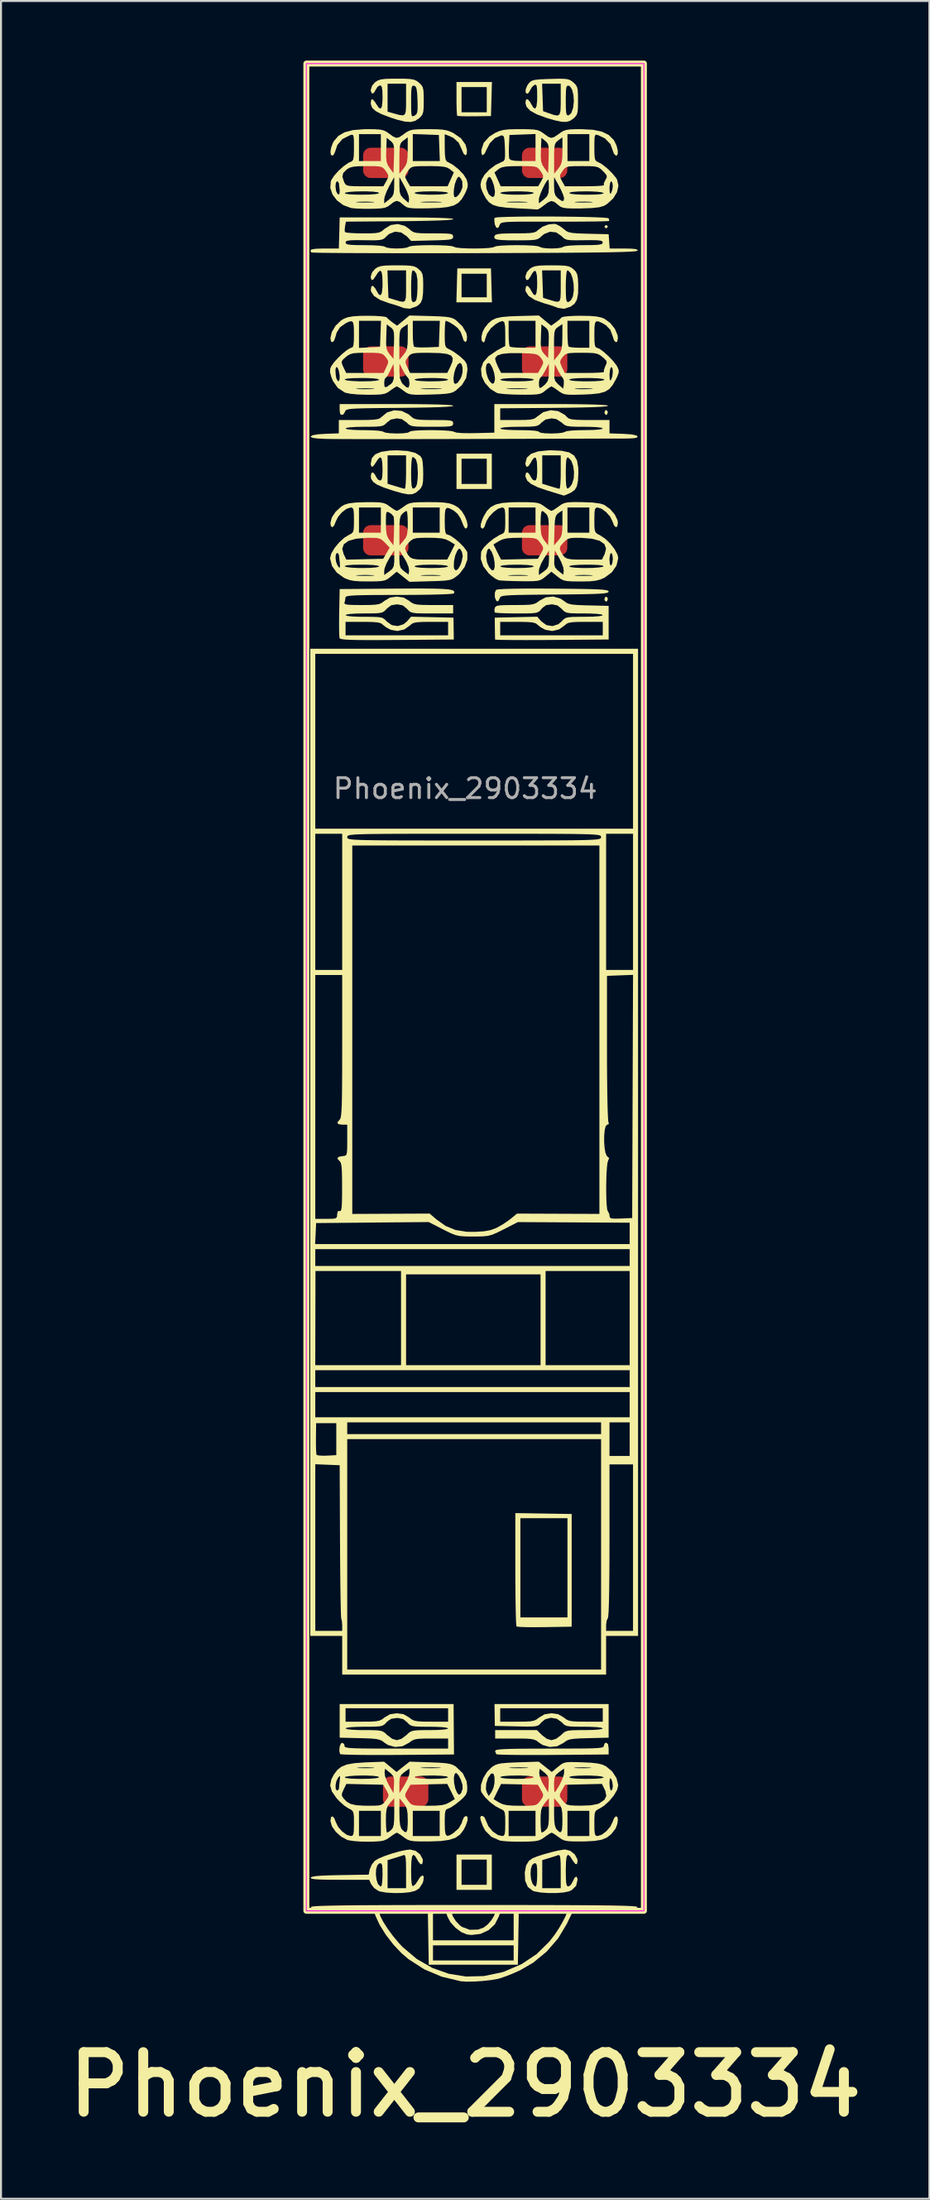
<source format=kicad_pcb>
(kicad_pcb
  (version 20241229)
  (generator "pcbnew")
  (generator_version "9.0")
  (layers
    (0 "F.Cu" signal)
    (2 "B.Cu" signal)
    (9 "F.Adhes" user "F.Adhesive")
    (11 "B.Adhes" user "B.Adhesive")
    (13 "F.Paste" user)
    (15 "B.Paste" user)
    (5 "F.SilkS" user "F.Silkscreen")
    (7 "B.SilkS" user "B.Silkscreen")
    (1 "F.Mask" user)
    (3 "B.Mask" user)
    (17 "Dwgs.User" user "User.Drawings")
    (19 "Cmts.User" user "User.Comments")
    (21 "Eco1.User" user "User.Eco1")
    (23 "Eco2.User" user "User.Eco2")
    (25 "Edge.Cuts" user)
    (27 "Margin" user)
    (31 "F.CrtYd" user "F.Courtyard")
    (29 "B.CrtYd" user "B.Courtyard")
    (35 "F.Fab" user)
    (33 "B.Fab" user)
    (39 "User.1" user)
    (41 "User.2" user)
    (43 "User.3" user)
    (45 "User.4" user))
  (footprint "Phoenix_2903334"
    (layer "F.Cu")
    (at 20.379 45.15)
    (property "Reference" "Phoenix_2903334" (at 0 55 180) (layer "F.SilkS") (effects (font (size 3 3) (thickness 0.5) (bold yes)) (justify top)))
    (attr smd)
    (fp_rect (start -8 -45) (end 9 48) (stroke (width 0.3) (type default)) (fill no) (layer "F.SilkS"))
    (fp_poly (pts (xy 7.172 -27.492) (xy 7.182 -27.434) (xy 7.136 -27.321) (xy 7.097 -27.307) (xy 7.022 -27.375) (xy 7.013 -27.434) (xy 7.058 -27.546) (xy 7.097 -27.561)) (stroke (width 0) (type solid)) (fill yes) (layer "F.SilkS"))
    (fp_poly (pts (xy 7.172 -18.094) (xy 7.182 -18.036) (xy 7.136 -17.923) (xy 7.097 -17.909) (xy 7.022 -17.977) (xy 7.013 -18.036) (xy 7.058 -18.148) (xy 7.097 -18.163)) (stroke (width 0) (type solid)) (fill yes) (layer "F.SilkS"))
    (fp_poly (pts (xy 7.18 -36.81) (xy 7.182 -36.789) (xy 7.118 -36.707) (xy 7.097 -36.705) (xy 7.015 -36.769) (xy 7.013 -36.789) (xy 7.077 -36.872) (xy 7.097 -36.874)) (stroke (width 0) (type solid)) (fill yes) (layer "F.SilkS"))
    (fp_poly (pts (xy 1.34 -24.47) (xy 1.34 -23.581) (xy 0.451 -23.581) (xy -0.438 -23.581) (xy -0.438 -24.47) (xy -0.184 -24.47) (xy -0.184 -23.835) (xy 0.451 -23.835) (xy 1.086 -23.835) (xy 1.086 -24.47) (xy 1.086 -25.105) (xy 0.451 -25.105) (xy -0.184 -25.105) (xy -0.184 -24.47) (xy -0.438 -24.47) (xy -0.438 -25.359) (xy 0.451 -25.359) (xy 1.34 -25.359)) (stroke (width 0) (type solid)) (fill yes) (layer "F.SilkS"))
    (fp_poly (pts (xy 1.34 46.057) (xy 1.34 46.946) (xy 0.451 46.946) (xy -0.438 46.946) (xy -0.438 46.057) (xy -0.184 46.057) (xy -0.184 46.692) (xy 0.451 46.692) (xy 1.086 46.692) (xy 1.086 46.057) (xy 1.086 45.422) (xy 0.451 45.422) (xy -0.184 45.422) (xy -0.184 46.057) (xy -0.438 46.057) (xy -0.438 45.168) (xy 0.451 45.168) (xy 1.34 45.168)) (stroke (width 0) (type solid)) (fill yes) (layer "F.SilkS"))
    (fp_poly (pts (xy 1.322 -33.833) (xy 1.346 -32.979) (xy 0.451 -32.979) (xy -0.444 -32.979) (xy -0.42 -33.826) (xy -0.184 -33.826) (xy -0.184 -33.233) (xy 0.451 -33.233) (xy 1.086 -33.233) (xy 1.086 -33.826) (xy 1.086 -34.419) (xy 0.451 -34.419) (xy -0.184 -34.419) (xy -0.184 -33.826) (xy -0.42 -33.826) (xy -0.42 -33.833) (xy -0.396 -34.687) (xy 0.451 -34.687) (xy 1.298 -34.687)) (stroke (width 0) (type solid)) (fill yes) (layer "F.SilkS"))
    (fp_poly (pts (xy 1.322 -43.214) (xy 1.298 -42.357) (xy 0.465 -42.346) (xy 0.108 -42.345) (xy -0.18 -42.35) (xy -0.361 -42.361) (xy -0.403 -42.37) (xy -0.418 -42.465) (xy -0.43 -42.69) (xy -0.437 -43.008) (xy -0.438 -43.182) (xy -0.184 -43.182) (xy -0.184 -42.547) (xy 0.451 -42.547) (xy 1.086 -42.547) (xy 1.086 -43.182) (xy 1.086 -43.817) (xy 0.451 -43.817) (xy -0.184 -43.817) (xy -0.184 -43.182) (xy -0.438 -43.182) (xy -0.438 -43.238) (xy -0.438 -44.071) (xy 0.454 -44.071) (xy 1.346 -44.071)) (stroke (width 0) (type solid)) (fill yes) (layer "F.SilkS"))
    (fp_poly (pts (xy 3.943 28) (xy 5.362 28.023) (xy 5.362 30.859) (xy 5.362 33.696) (xy 4.002 33.719) (xy 3.538 33.723) (xy 3.135 33.72) (xy 2.822 33.711) (xy 2.63 33.696) (xy 2.584 33.684) (xy 2.57 33.588) (xy 2.557 33.343) (xy 2.546 32.969) (xy 2.537 32.486) (xy 2.53 31.915) (xy 2.526 31.275) (xy 2.525 30.801) (xy 2.525 30.732) (xy 2.779 30.732) (xy 2.779 33.23) (xy 3.965 33.23) (xy 5.15 33.23) (xy 5.15 30.732) (xy 5.15 28.235) (xy 3.965 28.235) (xy 2.779 28.235) (xy 2.779 30.732) (xy 2.525 30.732) (xy 2.525 27.977)) (stroke (width 0) (type solid)) (fill yes) (layer "F.SilkS"))
    (fp_poly (pts (xy -2.616 -27.855) (xy -1.907 -27.847) (xy -1.344 -27.835) (xy -0.932 -27.818) (xy -0.677 -27.798) (xy -0.586 -27.772) (xy -0.586 -27.772) (xy -0.663 -27.746) (xy -0.904 -27.722) (xy -1.306 -27.702) (xy -1.862 -27.686) (xy -2.568 -27.673) (xy -3.286 -27.665) (xy -4.036 -27.659) (xy -4.635 -27.652) (xy -5.099 -27.644) (xy -5.446 -27.633) (xy -5.694 -27.619) (xy -5.86 -27.6) (xy -5.962 -27.574) (xy -6.017 -27.541) (xy -6.043 -27.499) (xy -6.051 -27.475) (xy -6.131 -27.338) (xy -6.238 -27.309) (xy -6.298 -27.37) (xy -6.319 -27.497) (xy -6.324 -27.645) (xy -6.322 -27.857) (xy -3.465 -27.857)) (stroke (width 0) (type solid)) (fill yes) (layer "F.SilkS"))
    (fp_poly (pts (xy 7.191 39.602) (xy 7.224 39.807) (xy 7.224 39.834) (xy 7.224 40.13) (xy 4.424 40.153) (xy 3.752 40.156) (xy 3.134 40.156) (xy 2.591 40.153) (xy 2.143 40.147) (xy 1.81 40.138) (xy 1.613 40.126) (xy 1.567 40.117) (xy 1.513 39.988) (xy 1.509 39.947) (xy 1.537 39.915) (xy 1.631 39.889) (xy 1.806 39.87) (xy 2.077 39.855) (xy 2.46 39.844) (xy 2.97 39.838) (xy 3.621 39.835) (xy 4.252 39.834) (xy 5.006 39.833) (xy 5.609 39.831) (xy 6.076 39.827) (xy 6.424 39.819) (xy 6.671 39.806) (xy 6.833 39.788) (xy 6.928 39.764) (xy 6.972 39.733) (xy 6.982 39.694) (xy 6.982 39.686) (xy 7.031 39.561) (xy 7.097 39.538)) (stroke (width 0) (type solid)) (fill yes) (layer "F.SilkS"))
    (fp_poly (pts (xy 4.344 -37.299) (xy 4.948 -37.294) (xy 5.528 -37.287) (xy 6.06 -37.277) (xy 6.52 -37.263) (xy 6.884 -37.247) (xy 7.128 -37.229) (xy 7.227 -37.208) (xy 7.228 -37.207) (xy 7.253 -37.096) (xy 7.242 -37.076) (xy 7.151 -37.066) (xy 6.91 -37.057) (xy 6.541 -37.05) (xy 6.065 -37.045) (xy 5.5 -37.041) (xy 4.869 -37.04) (xy 4.493 -37.041) (xy 3.745 -37.042) (xy 3.148 -37.042) (xy 2.686 -37.039) (xy 2.341 -37.033) (xy 2.094 -37.021) (xy 1.93 -37.003) (xy 1.829 -36.979) (xy 1.774 -36.946) (xy 1.748 -36.905) (xy 1.739 -36.876) (xy 1.662 -36.727) (xy 1.571 -36.734) (xy 1.495 -36.89) (xy 1.485 -36.937) (xy 1.465 -37.129) (xy 1.48 -37.233) (xy 1.574 -37.254) (xy 1.814 -37.27) (xy 2.174 -37.283) (xy 2.632 -37.292) (xy 3.162 -37.298) (xy 3.741 -37.3)) (stroke (width 0) (type solid)) (fill yes) (layer "F.SilkS"))
    (fp_poly (pts (xy 4.44 -18.566) (xy 5.21 -18.559) (xy 5.826 -18.551) (xy 6.306 -18.541) (xy 6.665 -18.529) (xy 6.919 -18.513) (xy 7.086 -18.492) (xy 7.181 -18.467) (xy 7.22 -18.435) (xy 7.224 -18.417) (xy 7.206 -18.381) (xy 7.139 -18.352) (xy 7.009 -18.329) (xy 6.797 -18.311) (xy 6.488 -18.297) (xy 6.066 -18.286) (xy 5.513 -18.277) (xy 4.814 -18.27) (xy 4.503 -18.267) (xy 3.753 -18.261) (xy 3.155 -18.254) (xy 2.691 -18.246) (xy 2.343 -18.235) (xy 2.095 -18.221) (xy 1.929 -18.202) (xy 1.827 -18.176) (xy 1.772 -18.143) (xy 1.746 -18.101) (xy 1.738 -18.077) (xy 1.664 -17.929) (xy 1.577 -17.937) (xy 1.506 -18.089) (xy 1.491 -18.164) (xy 1.495 -18.372) (xy 1.555 -18.504) (xy 1.67 -18.528) (xy 1.946 -18.547) (xy 2.374 -18.56) (xy 2.944 -18.568) (xy 3.648 -18.57)) (stroke (width 0) (type solid)) (fill yes) (layer "F.SilkS"))
    (fp_poly (pts (xy -2.905 -25.495) (xy -2.511 -25.398) (xy -2.258 -25.24) (xy -2.172 -25.099) (xy -2.141 -24.919) (xy -2.12 -24.632) (xy -2.114 -24.318) (xy -2.123 -23.988) (xy -2.157 -23.776) (xy -2.229 -23.631) (xy -2.314 -23.536) (xy -2.485 -23.396) (xy -2.66 -23.321) (xy -2.879 -23.312) (xy -3.176 -23.367) (xy -3.59 -23.485) (xy -3.65 -23.504) (xy -4.115 -23.661) (xy -4.436 -23.8) (xy -4.635 -23.938) (xy -4.734 -24.087) (xy -4.756 -24.229) (xy -4.72 -24.393) (xy -4.634 -24.411) (xy -4.532 -24.285) (xy -4.502 -24.216) (xy -4.399 -24.059) (xy -4.292 -24.005) (xy -4.223 -24.038) (xy -4.183 -24.159) (xy -4.165 -24.399) (xy -4.164 -24.56) (xy -3.909 -24.56) (xy -3.909 -23.845) (xy -3.507 -23.722) (xy -3.262 -23.649) (xy -3.086 -23.6) (xy -3.042 -23.59) (xy -3.015 -23.665) (xy -2.994 -23.874) (xy -2.981 -24.181) (xy -2.978 -24.386) (xy -2.724 -24.386) (xy -2.718 -23.984) (xy -2.697 -23.732) (xy -2.654 -23.613) (xy -2.583 -23.606) (xy -2.487 -23.683) (xy -2.432 -23.823) (xy -2.396 -24.091) (xy -2.385 -24.386) (xy -2.408 -24.802) (xy -2.479 -25.064) (xy -2.6 -25.181) (xy -2.656 -25.19) (xy -2.685 -25.111) (xy -2.708 -24.9) (xy -2.722 -24.594) (xy -2.724 -24.386) (xy -2.978 -24.386) (xy -2.978 -24.428) (xy -2.978 -25.275) (xy -3.444 -25.275) (xy -3.909 -25.275) (xy -3.909 -24.56) (xy -4.164 -24.56) (xy -4.163 -24.597) (xy -4.178 -24.951) (xy -4.223 -25.141) (xy -4.302 -25.172) (xy -4.418 -25.045) (xy -4.485 -24.937) (xy -4.621 -24.739) (xy -4.713 -24.695) (xy -4.754 -24.808) (xy -4.756 -24.857) (xy -4.703 -25.128) (xy -4.534 -25.325) (xy -4.238 -25.452) (xy -3.802 -25.517) (xy -3.428 -25.529)) (stroke (width 0) (type solid)) (fill yes) (layer "F.SilkS"))
    (fp_poly (pts (xy 4.858 -25.505) (xy 5.233 -25.424) (xy 5.484 -25.267) (xy 5.631 -25.019) (xy 5.693 -24.662) (xy 5.699 -24.386) (xy 5.679 -23.986) (xy 5.624 -23.716) (xy 5.518 -23.537) (xy 5.346 -23.41) (xy 5.282 -23.378) (xy 5.09 -23.292) (xy 4.976 -23.251) (xy 4.968 -23.25) (xy 4.88 -23.277) (xy 4.665 -23.342) (xy 4.362 -23.435) (xy 4.134 -23.504) (xy 3.651 -23.671) (xy 3.32 -23.834) (xy 3.121 -24.005) (xy 3.038 -24.198) (xy 3.033 -24.268) (xy 3.071 -24.406) (xy 3.159 -24.407) (xy 3.26 -24.278) (xy 3.287 -24.216) (xy 3.39 -24.059) (xy 3.497 -24.005) (xy 3.566 -24.038) (xy 3.606 -24.158) (xy 3.624 -24.396) (xy 3.626 -24.56) (xy 3.88 -24.56) (xy 3.88 -23.845) (xy 4.282 -23.722) (xy 4.528 -23.649) (xy 4.703 -23.6) (xy 4.748 -23.59) (xy 4.774 -23.665) (xy 4.796 -23.874) (xy 4.809 -24.181) (xy 4.811 -24.386) (xy 5.065 -24.386) (xy 5.071 -23.99) (xy 5.09 -23.742) (xy 5.125 -23.62) (xy 5.171 -23.602) (xy 5.286 -23.698) (xy 5.382 -23.842) (xy 5.466 -24.119) (xy 5.481 -24.439) (xy 5.436 -24.753) (xy 5.338 -25.01) (xy 5.195 -25.16) (xy 5.171 -25.169) (xy 5.12 -25.142) (xy 5.087 -25.007) (xy 5.07 -24.742) (xy 5.065 -24.386) (xy 4.811 -24.386) (xy 4.811 -24.428) (xy 4.811 -25.275) (xy 4.346 -25.275) (xy 3.88 -25.275) (xy 3.88 -24.56) (xy 3.626 -24.56) (xy 3.626 -24.604) (xy 3.61 -24.957) (xy 3.56 -25.144) (xy 3.478 -25.165) (xy 3.363 -25.02) (xy 3.304 -24.909) (xy 3.184 -24.728) (xy 3.088 -24.697) (xy 3.037 -24.816) (xy 3.033 -24.888) (xy 3.103 -25.156) (xy 3.313 -25.351) (xy 3.67 -25.474) (xy 4.176 -25.526) (xy 4.339 -25.529)) (stroke (width 0) (type solid)) (fill yes) (layer "F.SilkS"))
    (fp_poly (pts (xy 5.297 44.984) (xy 5.518 45.161) (xy 5.645 45.394) (xy 5.658 45.491) (xy 5.63 45.647) (xy 5.551 45.646) (xy 5.426 45.487) (xy 5.387 45.421) (xy 5.261 45.232) (xy 5.17 45.179) (xy 5.11 45.271) (xy 5.077 45.514) (xy 5.065 45.918) (xy 5.065 45.972) (xy 5.07 46.354) (xy 5.085 46.595) (xy 5.118 46.725) (xy 5.171 46.774) (xy 5.197 46.777) (xy 5.313 46.705) (xy 5.414 46.531) (xy 5.417 46.523) (xy 5.511 46.332) (xy 5.597 46.275) (xy 5.651 46.359) (xy 5.658 46.444) (xy 5.585 46.744) (xy 5.37 46.956) (xy 5.224 47.022) (xy 4.949 47.079) (xy 4.578 47.106) (xy 4.169 47.105) (xy 3.785 47.077) (xy 3.485 47.022) (xy 3.405 46.994) (xy 3.153 46.798) (xy 3.018 46.483) (xy 3.004 46.166) (xy 3.291 46.166) (xy 3.322 46.43) (xy 3.394 46.647) (xy 3.505 46.767) (xy 3.552 46.777) (xy 3.588 46.699) (xy 3.615 46.495) (xy 3.626 46.207) (xy 3.626 46.178) (xy 3.621 45.865) (xy 3.601 45.687) (xy 3.556 45.612) (xy 3.479 45.607) (xy 3.478 45.607) (xy 3.366 45.704) (xy 3.304 45.907) (xy 3.291 46.166) (xy 3.004 46.166) (xy 3 46.079) (xy 3.067 45.72) (xy 3.21 45.483) (xy 3.259 45.449) (xy 3.88 45.449) (xy 3.88 46.155) (xy 3.88 46.861) (xy 4.346 46.861) (xy 4.811 46.861) (xy 4.811 46.006) (xy 4.807 45.611) (xy 4.793 45.361) (xy 4.764 45.229) (xy 4.718 45.19) (xy 4.693 45.195) (xy 4.541 45.247) (xy 4.305 45.321) (xy 4.227 45.345) (xy 3.88 45.449) (xy 3.259 45.449) (xy 3.387 45.359) (xy 3.627 45.261) (xy 3.962 45.153) (xy 4.332 45.05) (xy 4.682 44.967) (xy 4.956 44.92) (xy 5.039 44.914)) (stroke (width 0) (type solid)) (fill yes) (layer "F.SilkS"))
    (fp_poly (pts (xy -3.034 -34.838) (xy -2.76 -34.823) (xy -2.578 -34.789) (xy -2.447 -34.73) (xy -2.34 -34.649) (xy -2.221 -34.53) (xy -2.153 -34.396) (xy -2.122 -34.196) (xy -2.114 -33.88) (xy -2.114 -33.859) (xy -2.123 -33.437) (xy -2.161 -33.147) (xy -2.241 -32.955) (xy -2.374 -32.824) (xy -2.472 -32.767) (xy -2.792 -32.657) (xy -3.089 -32.689) (xy -3.19 -32.728) (xy -3.363 -32.793) (xy -3.632 -32.878) (xy -3.84 -32.938) (xy -4.29 -33.103) (xy -4.594 -33.3) (xy -4.742 -33.524) (xy -4.756 -33.62) (xy -4.723 -33.789) (xy -4.64 -33.807) (xy -4.525 -33.674) (xy -4.485 -33.599) (xy -4.358 -33.384) (xy -4.263 -33.333) (xy -4.2 -33.446) (xy -4.168 -33.724) (xy -4.163 -33.946) (xy -4.176 -34.317) (xy -4.217 -34.525) (xy -4.29 -34.575) (xy -4.399 -34.471) (xy -4.485 -34.335) (xy -4.621 -34.135) (xy -4.712 -34.096) (xy -4.754 -34.216) (xy -4.756 -34.286) (xy -4.685 -34.497) (xy -4.603 -34.588) (xy -3.916 -34.588) (xy -3.892 -33.897) (xy -3.867 -33.206) (xy -3.528 -33.101) (xy -3.278 -33.027) (xy -3.118 -33.006) (xy -3.029 -33.062) (xy -2.988 -33.222) (xy -2.978 -33.51) (xy -2.978 -33.777) (xy -2.724 -33.777) (xy -2.721 -33.401) (xy -2.708 -33.165) (xy -2.681 -33.039) (xy -2.632 -32.994) (xy -2.576 -32.995) (xy -2.499 -33.037) (xy -2.45 -33.148) (xy -2.42 -33.362) (xy -2.403 -33.687) (xy -2.406 -34.128) (xy -2.457 -34.416) (xy -2.559 -34.563) (xy -2.65 -34.588) (xy -2.682 -34.509) (xy -2.707 -34.298) (xy -2.721 -33.991) (xy -2.724 -33.777) (xy -2.978 -33.777) (xy -2.978 -33.784) (xy -2.978 -34.588) (xy -3.447 -34.588) (xy -3.916 -34.588) (xy -4.603 -34.588) (xy -4.533 -34.667) (xy -4.408 -34.748) (xy -4.256 -34.8) (xy -4.038 -34.829) (xy -3.716 -34.84) (xy -3.437 -34.842)) (stroke (width 0) (type solid)) (fill yes) (layer "F.SilkS"))
    (fp_poly (pts (xy 4.756 -34.838) (xy 5.029 -34.823) (xy 5.212 -34.789) (xy 5.343 -34.73) (xy 5.449 -34.649) (xy 5.571 -34.526) (xy 5.641 -34.381) (xy 5.677 -34.166) (xy 5.692 -33.866) (xy 5.686 -33.427) (xy 5.629 -33.119) (xy 5.507 -32.909) (xy 5.311 -32.763) (xy 5.307 -32.761) (xy 4.986 -32.655) (xy 4.68 -32.696) (xy 4.6 -32.728) (xy 4.426 -32.793) (xy 4.158 -32.878) (xy 3.949 -32.938) (xy 3.499 -33.103) (xy 3.195 -33.3) (xy 3.047 -33.524) (xy 3.033 -33.62) (xy 3.066 -33.789) (xy 3.15 -33.807) (xy 3.264 -33.674) (xy 3.304 -33.599) (xy 3.432 -33.384) (xy 3.526 -33.333) (xy 3.589 -33.445) (xy 3.621 -33.722) (xy 3.626 -33.953) (xy 3.611 -34.324) (xy 3.566 -34.53) (xy 3.489 -34.571) (xy 3.38 -34.448) (xy 3.304 -34.307) (xy 3.184 -34.126) (xy 3.088 -34.095) (xy 3.037 -34.214) (xy 3.033 -34.286) (xy 3.104 -34.497) (xy 3.186 -34.588) (xy 3.873 -34.588) (xy 3.898 -33.897) (xy 3.922 -33.206) (xy 4.261 -33.101) (xy 4.511 -33.027) (xy 4.671 -33.006) (xy 4.761 -33.062) (xy 4.801 -33.222) (xy 4.811 -33.51) (xy 4.811 -33.777) (xy 5.065 -33.777) (xy 5.069 -33.4) (xy 5.082 -33.164) (xy 5.11 -33.037) (xy 5.159 -32.993) (xy 5.207 -32.994) (xy 5.329 -33.088) (xy 5.423 -33.275) (xy 5.423 -33.276) (xy 5.47 -33.572) (xy 5.461 -33.894) (xy 5.406 -34.198) (xy 5.314 -34.439) (xy 5.195 -34.574) (xy 5.14 -34.588) (xy 5.108 -34.509) (xy 5.083 -34.298) (xy 5.068 -33.991) (xy 5.065 -33.777) (xy 4.811 -33.777) (xy 4.811 -33.784) (xy 4.811 -34.588) (xy 4.342 -34.588) (xy 3.873 -34.588) (xy 3.186 -34.588) (xy 3.256 -34.667) (xy 3.381 -34.748) (xy 3.533 -34.8) (xy 3.751 -34.829) (xy 4.074 -34.84) (xy 4.352 -34.842)) (stroke (width 0) (type solid)) (fill yes) (layer "F.SilkS"))
    (fp_poly (pts (xy 4.973 -44.233) (xy 5.159 -44.211) (xy 5.289 -44.165) (xy 5.401 -44.088) (xy 5.445 -44.051) (xy 5.562 -43.94) (xy 5.632 -43.823) (xy 5.668 -43.657) (xy 5.681 -43.398) (xy 5.682 -43.139) (xy 5.678 -42.788) (xy 5.659 -42.561) (xy 5.614 -42.415) (xy 5.531 -42.306) (xy 5.454 -42.235) (xy 5.283 -42.118) (xy 5.094 -42.062) (xy 4.85 -42.07) (xy 4.517 -42.14) (xy 4.092 -42.265) (xy 3.602 -42.445) (xy 3.27 -42.63) (xy 3.084 -42.83) (xy 3.033 -43.027) (xy 3.066 -43.19) (xy 3.151 -43.204) (xy 3.266 -43.069) (xy 3.304 -42.997) (xy 3.432 -42.782) (xy 3.527 -42.731) (xy 3.59 -42.844) (xy 3.622 -43.123) (xy 3.626 -43.341) (xy 3.621 -43.667) (xy 3.603 -43.854) (xy 3.564 -43.932) (xy 3.497 -43.931) (xy 3.493 -43.929) (xy 3.361 -43.815) (xy 3.283 -43.678) (xy 3.195 -43.527) (xy 3.12 -43.478) (xy 3.043 -43.541) (xy 3.046 -43.697) (xy 3.123 -43.891) (xy 3.187 -43.986) (xy 3.873 -43.986) (xy 3.898 -43.295) (xy 3.922 -42.604) (xy 4.219 -42.497) (xy 4.481 -42.408) (xy 4.652 -42.382) (xy 4.75 -42.443) (xy 4.797 -42.613) (xy 4.81 -42.916) (xy 4.811 -43.139) (xy 5.065 -43.139) (xy 5.069 -42.773) (xy 5.082 -42.547) (xy 5.112 -42.429) (xy 5.164 -42.39) (xy 5.213 -42.393) (xy 5.341 -42.503) (xy 5.435 -42.771) (xy 5.437 -42.781) (xy 5.472 -43.106) (xy 5.45 -43.424) (xy 5.381 -43.689) (xy 5.275 -43.855) (xy 5.213 -43.885) (xy 5.143 -43.882) (xy 5.099 -43.82) (xy 5.076 -43.668) (xy 5.067 -43.397) (xy 5.065 -43.139) (xy 4.811 -43.139) (xy 4.811 -43.182) (xy 4.811 -43.986) (xy 4.342 -43.986) (xy 3.873 -43.986) (xy 3.187 -43.986) (xy 3.195 -43.998) (xy 3.28 -44.087) (xy 3.385 -44.146) (xy 3.547 -44.184) (xy 3.8 -44.207) (xy 4.179 -44.223) (xy 4.283 -44.226) (xy 4.694 -44.236)) (stroke (width 0) (type solid)) (fill yes) (layer "F.SilkS"))
    (fp_poly (pts (xy -3.036 -44.237) (xy -2.764 -44.222) (xy -2.582 -44.189) (xy -2.45 -44.13) (xy -2.328 -44.037) (xy -2.327 -44.036) (xy -2.209 -43.923) (xy -2.138 -43.805) (xy -2.102 -43.637) (xy -2.09 -43.372) (xy -2.089 -43.139) (xy -2.093 -42.793) (xy -2.112 -42.57) (xy -2.16 -42.426) (xy -2.247 -42.315) (xy -2.327 -42.243) (xy -2.52 -42.115) (xy -2.742 -42.059) (xy -3.026 -42.076) (xy -3.404 -42.167) (xy -3.76 -42.282) (xy -4.206 -42.45) (xy -4.507 -42.607) (xy -4.682 -42.768) (xy -4.752 -42.949) (xy -4.756 -43.012) (xy -4.731 -43.186) (xy -4.656 -43.199) (xy -4.534 -43.052) (xy -4.485 -42.969) (xy -4.35 -42.773) (xy -4.254 -42.731) (xy -4.194 -42.848) (xy -4.166 -43.126) (xy -4.164 -43.281) (xy -3.909 -43.281) (xy -3.909 -42.577) (xy -3.592 -42.488) (xy -3.315 -42.413) (xy -3.137 -42.391) (xy -3.036 -42.447) (xy -2.991 -42.606) (xy -2.978 -42.892) (xy -2.978 -43.1) (xy -2.724 -43.1) (xy -2.722 -42.726) (xy -2.713 -42.494) (xy -2.69 -42.375) (xy -2.645 -42.342) (xy -2.573 -42.368) (xy -2.551 -42.379) (xy -2.466 -42.441) (xy -2.417 -42.541) (xy -2.397 -42.716) (xy -2.398 -43.005) (xy -2.403 -43.164) (xy -2.421 -43.515) (xy -2.45 -43.729) (xy -2.497 -43.841) (xy -2.571 -43.884) (xy -2.576 -43.885) (xy -2.645 -43.882) (xy -2.688 -43.822) (xy -2.712 -43.675) (xy -2.722 -43.411) (xy -2.724 -43.1) (xy -2.978 -43.1) (xy -2.978 -43.182) (xy -2.978 -43.986) (xy -3.444 -43.986) (xy -3.909 -43.986) (xy -3.909 -43.281) (xy -4.164 -43.281) (xy -4.163 -43.309) (xy -4.171 -43.63) (xy -4.197 -43.813) (xy -4.249 -43.892) (xy -4.292 -43.901) (xy -4.415 -43.831) (xy -4.502 -43.69) (xy -4.603 -43.518) (xy -4.697 -43.493) (xy -4.752 -43.614) (xy -4.756 -43.684) (xy -4.685 -43.895) (xy -4.533 -44.065) (xy -4.408 -44.146) (xy -4.256 -44.198) (xy -4.038 -44.227) (xy -3.716 -44.238) (xy -3.437 -44.24)) (stroke (width 0) (type solid)) (fill yes) (layer "F.SilkS"))
    (fp_poly (pts (xy 7.224 38.437) (xy 7.224 39.284) (xy 6.217 39.308) (xy 5.782 39.321) (xy 5.481 39.339) (xy 5.276 39.371) (xy 5.133 39.421) (xy 5.014 39.498) (xy 4.962 39.54) (xy 4.631 39.716) (xy 4.258 39.753) (xy 3.897 39.651) (xy 3.726 39.538) (xy 3.607 39.446) (xy 3.484 39.386) (xy 3.32 39.35) (xy 3.078 39.332) (xy 2.721 39.326) (xy 2.492 39.326) (xy 1.509 39.326) (xy 1.509 39.114) (xy 1.509 38.903) (xy 2.561 38.903) (xy 3.613 38.903) (xy 3.867 39.157) (xy 4.115 39.342) (xy 4.346 39.411) (xy 4.58 39.341) (xy 4.824 39.157) (xy 4.942 39.045) (xy 5.052 38.972) (xy 5.193 38.93) (xy 5.404 38.91) (xy 5.721 38.903) (xy 6.003 38.903) (xy 6.421 38.895) (xy 6.727 38.874) (xy 6.899 38.842) (xy 6.928 38.818) (xy 6.847 38.78) (xy 6.618 38.752) (xy 6.264 38.736) (xy 5.993 38.733) (xy 5.582 38.731) (xy 5.304 38.721) (xy 5.125 38.695) (xy 5.008 38.647) (xy 4.917 38.569) (xy 4.868 38.513) (xy 4.615 38.332) (xy 4.315 38.281) (xy 4.025 38.359) (xy 3.835 38.516) (xy 3.758 38.607) (xy 3.676 38.669) (xy 3.557 38.705) (xy 3.371 38.722) (xy 3.085 38.724) (xy 2.666 38.717) (xy 2.575 38.715) (xy 1.492 38.691) (xy 1.484 38.141) (xy 1.763 38.141) (xy 1.763 38.479) (xy 2.619 38.479) (xy 3.015 38.476) (xy 3.283 38.461) (xy 3.464 38.426) (xy 3.598 38.364) (xy 3.726 38.268) (xy 3.999 38.106) (xy 4.331 38.056) (xy 4.346 38.056) (xy 4.682 38.102) (xy 4.955 38.259) (xy 4.965 38.268) (xy 5.094 38.365) (xy 5.228 38.427) (xy 5.41 38.461) (xy 5.679 38.476) (xy 6.072 38.479) (xy 6.928 38.479) (xy 6.928 38.141) (xy 6.928 37.802) (xy 4.346 37.802) (xy 1.763 37.802) (xy 1.763 38.141) (xy 1.484 38.141) (xy 1.476 37.59) (xy 4.35 37.59) (xy 7.224 37.59)) (stroke (width 0) (type solid)) (fill yes) (layer "F.SilkS"))
    (fp_poly (pts (xy -2.495 44.984) (xy -2.272 45.159) (xy -2.144 45.393) (xy -2.131 45.491) (xy -2.165 45.646) (xy -2.251 45.654) (xy -2.366 45.517) (xy -2.402 45.449) (xy -2.524 45.238) (xy -2.615 45.178) (xy -2.676 45.271) (xy -2.712 45.524) (xy -2.724 45.94) (xy -2.724 45.972) (xy -2.718 46.368) (xy -2.699 46.616) (xy -2.664 46.738) (xy -2.618 46.756) (xy -2.501 46.659) (xy -2.416 46.53) (xy -2.268 46.298) (xy -2.151 46.215) (xy -2.088 46.275) (xy -2.104 46.472) (xy -2.144 46.607) (xy -2.318 46.873) (xy -2.521 46.997) (xy -2.79 47.065) (xy -3.162 47.101) (xy -3.576 47.108) (xy -3.97 47.084) (xy -4.284 47.029) (xy -4.377 46.997) (xy -4.592 46.849) (xy -4.735 46.662) (xy -4.837 46.438) (xy -6.328 46.438) (xy -6.886 46.435) (xy -7.293 46.427) (xy -7.566 46.41) (xy -7.723 46.385) (xy -7.783 46.35) (xy -7.783 46.332) (xy -7.719 46.29) (xy -7.547 46.257) (xy -7.251 46.232) (xy -6.816 46.214) (xy -6.304 46.203) (xy -4.861 46.18) (xy -4.858 46.166) (xy -4.499 46.166) (xy -4.467 46.43) (xy -4.395 46.647) (xy -4.284 46.767) (xy -4.238 46.777) (xy -4.201 46.699) (xy -4.175 46.495) (xy -4.163 46.207) (xy -4.163 46.178) (xy -4.168 45.865) (xy -4.189 45.687) (xy -4.233 45.612) (xy -4.31 45.607) (xy -4.311 45.607) (xy -4.424 45.704) (xy -4.485 45.907) (xy -4.499 46.166) (xy -4.858 46.166) (xy -4.81 45.923) (xy -4.706 45.675) (xy -4.558 45.487) (xy -4.495 45.449) (xy -3.909 45.449) (xy -3.909 46.155) (xy -3.909 46.861) (xy -3.444 46.861) (xy -2.978 46.861) (xy -2.978 46.006) (xy -2.982 45.611) (xy -2.996 45.361) (xy -3.025 45.229) (xy -3.071 45.19) (xy -3.096 45.195) (xy -3.249 45.247) (xy -3.484 45.321) (xy -3.562 45.345) (xy -3.909 45.449) (xy -4.495 45.449) (xy -4.37 45.373) (xy -4.066 45.245) (xy -3.699 45.119) (xy -3.319 45.011) (xy -2.978 44.939) (xy -2.76 44.916)) (stroke (width 0) (type solid)) (fill yes) (layer "F.SilkS"))
    (fp_poly (pts (xy 4.792 -18.066) (xy 4.962 -17.954) (xy 5.081 -17.864) (xy 5.21 -17.803) (xy 5.384 -17.764) (xy 5.639 -17.741) (xy 6.012 -17.726) (xy 6.217 -17.721) (xy 7.224 -17.697) (xy 7.224 -16.85) (xy 7.224 -16.004) (xy 4.367 -15.981) (xy 3.69 -15.977) (xy 3.07 -15.976) (xy 2.527 -15.977) (xy 2.08 -15.981) (xy 1.748 -15.987) (xy 1.551 -15.995) (xy 1.504 -16.003) (xy 1.501 -16.104) (xy 1.497 -16.324) (xy 1.495 -16.554) (xy 1.763 -16.554) (xy 1.763 -16.215) (xy 4.346 -16.215) (xy 6.928 -16.215) (xy 6.928 -16.554) (xy 6.928 -16.893) (xy 6.052 -16.893) (xy 5.647 -16.889) (xy 5.375 -16.873) (xy 5.201 -16.841) (xy 5.089 -16.785) (xy 5.026 -16.727) (xy 4.729 -16.513) (xy 4.377 -16.432) (xy 4.035 -16.494) (xy 3.81 -16.614) (xy 3.645 -16.744) (xy 3.637 -16.753) (xy 3.551 -16.818) (xy 3.404 -16.86) (xy 3.163 -16.883) (xy 2.796 -16.892) (xy 2.642 -16.893) (xy 1.763 -16.893) (xy 1.763 -16.554) (xy 1.495 -16.554) (xy 1.494 -16.575) (xy 1.489 -17.104) (xy 2.559 -17.128) (xy 3.63 -17.152) (xy 3.829 -16.921) (xy 4.092 -16.729) (xy 4.396 -16.68) (xy 4.691 -16.774) (xy 4.861 -16.918) (xy 4.954 -17.018) (xy 5.052 -17.083) (xy 5.19 -17.122) (xy 5.405 -17.14) (xy 5.732 -17.146) (xy 5.993 -17.147) (xy 6.414 -17.154) (xy 6.723 -17.175) (xy 6.897 -17.207) (xy 6.928 -17.231) (xy 6.847 -17.269) (xy 6.618 -17.297) (xy 6.264 -17.313) (xy 5.993 -17.316) (xy 5.582 -17.318) (xy 5.305 -17.328) (xy 5.126 -17.354) (xy 5.009 -17.402) (xy 4.917 -17.481) (xy 4.861 -17.545) (xy 4.653 -17.717) (xy 4.39 -17.773) (xy 4.345 -17.773) (xy 4.079 -17.735) (xy 3.885 -17.593) (xy 3.844 -17.545) (xy 3.763 -17.45) (xy 3.678 -17.386) (xy 3.555 -17.346) (xy 3.362 -17.326) (xy 3.067 -17.317) (xy 2.638 -17.316) (xy 2.6 -17.316) (xy 2.193 -17.32) (xy 1.85 -17.329) (xy 1.605 -17.344) (xy 1.493 -17.361) (xy 1.49 -17.363) (xy 1.47 -17.474) (xy 1.486 -17.575) (xy 1.518 -17.646) (xy 1.589 -17.693) (xy 1.729 -17.721) (xy 1.969 -17.735) (xy 2.337 -17.739) (xy 2.502 -17.739) (xy 2.926 -17.742) (xy 3.218 -17.753) (xy 3.414 -17.78) (xy 3.552 -17.828) (xy 3.67 -17.905) (xy 3.726 -17.951) (xy 4.058 -18.128) (xy 4.431 -18.167)) (stroke (width 0) (type solid)) (fill yes) (layer "F.SilkS"))
    (fp_poly (pts (xy -0.575 38.86) (xy -0.565 40.13) (xy -3.417 40.153) (xy -4.094 40.156) (xy -4.716 40.156) (xy -5.263 40.152) (xy -5.715 40.144) (xy -6.051 40.134) (xy -6.253 40.121) (xy -6.303 40.11) (xy -6.341 39.942) (xy -6.324 39.744) (xy -6.265 39.587) (xy -6.195 39.538) (xy -6.094 39.606) (xy -6.08 39.686) (xy -6.074 39.727) (xy -6.036 39.761) (xy -5.95 39.786) (xy -5.798 39.805) (xy -5.562 39.818) (xy -5.226 39.826) (xy -4.772 39.831) (xy -4.182 39.834) (xy -3.477 39.834) (xy -0.861 39.834) (xy -0.861 39.58) (xy -0.861 39.326) (xy -1.717 39.326) (xy -2.113 39.329) (xy -2.381 39.344) (xy -2.562 39.379) (xy -2.696 39.441) (xy -2.824 39.538) (xy -3.156 39.715) (xy -3.529 39.753) (xy -3.89 39.653) (xy -4.06 39.54) (xy -4.179 39.451) (xy -4.308 39.39) (xy -4.482 39.351) (xy -4.737 39.327) (xy -5.111 39.313) (xy -5.315 39.308) (xy -6.322 39.284) (xy -6.322 38.818) (xy -6.026 38.818) (xy -5.945 38.856) (xy -5.717 38.884) (xy -5.363 38.9) (xy -5.101 38.903) (xy -4.694 38.904) (xy -4.418 38.915) (xy -4.236 38.942) (xy -4.11 38.994) (xy -4.002 39.079) (xy -3.922 39.157) (xy -3.675 39.342) (xy -3.444 39.411) (xy -3.209 39.341) (xy -2.965 39.157) (xy -2.848 39.045) (xy -2.737 38.972) (xy -2.596 38.93) (xy -2.386 38.91) (xy -2.069 38.903) (xy -1.786 38.903) (xy -1.368 38.895) (xy -1.062 38.874) (xy -0.891 38.842) (xy -0.861 38.818) (xy -0.942 38.78) (xy -1.171 38.752) (xy -1.526 38.736) (xy -1.797 38.733) (xy -2.208 38.731) (xy -2.485 38.721) (xy -2.664 38.695) (xy -2.781 38.647) (xy -2.872 38.569) (xy -2.921 38.513) (xy -3.118 38.351) (xy -3.372 38.295) (xy -3.444 38.293) (xy -3.721 38.331) (xy -3.923 38.467) (xy -3.966 38.513) (xy -4.057 38.61) (xy -4.156 38.673) (xy -4.298 38.71) (xy -4.519 38.727) (xy -4.855 38.733) (xy -5.091 38.733) (xy -5.512 38.741) (xy -5.821 38.761) (xy -5.995 38.793) (xy -6.026 38.818) (xy -6.322 38.818) (xy -6.322 38.437) (xy -6.322 38.141) (xy -6.026 38.141) (xy -6.026 38.479) (xy -5.17 38.479) (xy -4.774 38.476) (xy -4.506 38.461) (xy -4.325 38.426) (xy -4.191 38.364) (xy -4.063 38.268) (xy -3.791 38.106) (xy -3.458 38.056) (xy -3.444 38.056) (xy -3.107 38.102) (xy -2.834 38.259) (xy -2.824 38.268) (xy -2.695 38.365) (xy -2.561 38.427) (xy -2.38 38.461) (xy -2.111 38.476) (xy -1.717 38.479) (xy -0.861 38.479) (xy -0.861 38.141) (xy -0.861 37.802) (xy -3.444 37.802) (xy -6.026 37.802) (xy -6.026 38.141) (xy -6.322 38.141) (xy -6.322 37.59) (xy -3.454 37.59) (xy -0.585 37.59)) (stroke (width 0) (type solid)) (fill yes) (layer "F.SilkS"))
    (fp_poly (pts (xy -1.541 -18.565) (xy -1.147 -18.551) (xy -0.865 -18.529) (xy -0.68 -18.497) (xy -0.578 -18.454) (xy -0.545 -18.399) (xy -0.566 -18.33) (xy -0.571 -18.322) (xy -0.664 -18.304) (xy -0.906 -18.287) (xy -1.276 -18.273) (xy -1.753 -18.261) (xy -2.319 -18.253) (xy -2.95 -18.248) (xy -3.322 -18.247) (xy -4.083 -18.246) (xy -4.692 -18.243) (xy -5.163 -18.236) (xy -5.513 -18.226) (xy -5.759 -18.211) (xy -5.915 -18.19) (xy -5.999 -18.164) (xy -6.026 -18.131) (xy -6.026 -18.127) (xy -6.056 -17.941) (xy -6.077 -17.873) (xy -6.081 -17.814) (xy -6.021 -17.775) (xy -5.869 -17.752) (xy -5.599 -17.742) (xy -5.222 -17.739) (xy -4.813 -17.742) (xy -4.535 -17.755) (xy -4.347 -17.786) (xy -4.212 -17.842) (xy -4.09 -17.929) (xy -4.063 -17.951) (xy -3.791 -18.113) (xy -3.458 -18.163) (xy -3.444 -18.163) (xy -3.107 -18.117) (xy -2.834 -17.959) (xy -2.824 -17.951) (xy -2.705 -17.86) (xy -2.582 -17.799) (xy -2.418 -17.763) (xy -2.176 -17.746) (xy -1.819 -17.74) (xy -1.59 -17.739) (xy -0.607 -17.739) (xy -0.607 -17.528) (xy -0.607 -17.316) (xy -1.67 -17.316) (xy -2.111 -17.317) (xy -2.415 -17.325) (xy -2.616 -17.345) (xy -2.746 -17.383) (xy -2.837 -17.446) (xy -2.924 -17.539) (xy -2.929 -17.545) (xy -3.137 -17.717) (xy -3.401 -17.773) (xy -3.444 -17.773) (xy -3.721 -17.73) (xy -3.931 -17.575) (xy -3.959 -17.545) (xy -4.052 -17.445) (xy -4.15 -17.379) (xy -4.288 -17.341) (xy -4.503 -17.322) (xy -4.83 -17.316) (xy -5.091 -17.316) (xy -5.512 -17.309) (xy -5.821 -17.288) (xy -5.995 -17.256) (xy -6.026 -17.231) (xy -5.945 -17.193) (xy -5.716 -17.165) (xy -5.362 -17.149) (xy -5.091 -17.147) (xy -4.68 -17.145) (xy -4.403 -17.135) (xy -4.224 -17.109) (xy -4.107 -17.06) (xy -4.015 -16.982) (xy -3.959 -16.918) (xy -3.696 -16.727) (xy -3.392 -16.68) (xy -3.097 -16.776) (xy -2.927 -16.921) (xy -2.728 -17.152) (xy -1.659 -17.128) (xy -0.59 -17.104) (xy -0.582 -16.554) (xy -0.574 -16.004) (xy -3.429 -15.981) (xy -4.227 -15.976) (xy -4.87 -15.975) (xy -5.374 -15.978) (xy -5.753 -15.986) (xy -6.024 -16) (xy -6.2 -16.019) (xy -6.296 -16.044) (xy -6.327 -16.071) (xy -6.341 -16.192) (xy -6.35 -16.449) (xy -6.35 -16.554) (xy -6.026 -16.554) (xy -6.026 -16.215) (xy -3.444 -16.215) (xy -0.861 -16.215) (xy -0.861 -16.554) (xy -0.861 -16.893) (xy -1.737 -16.893) (xy -2.143 -16.889) (xy -2.415 -16.873) (xy -2.589 -16.841) (xy -2.701 -16.785) (xy -2.763 -16.727) (xy -3.06 -16.513) (xy -3.412 -16.432) (xy -3.754 -16.494) (xy -3.979 -16.614) (xy -4.145 -16.744) (xy -4.153 -16.753) (xy -4.238 -16.818) (xy -4.385 -16.86) (xy -4.626 -16.883) (xy -4.993 -16.892) (xy -5.147 -16.893) (xy -6.026 -16.893) (xy -6.026 -16.554) (xy -6.35 -16.554) (xy -6.352 -16.807) (xy -6.349 -17.23) (xy -6.346 -17.363) (xy -6.322 -18.544) (xy -3.538 -18.566) (xy -2.723 -18.571) (xy -2.062 -18.571)) (stroke (width 0) (type solid)) (fill yes) (layer "F.SilkS"))
    (fp_poly (pts (xy 1.866 47.708) (xy 3.121 47.71) (xy 4.222 47.712) (xy 5.18 47.715) (xy 6.001 47.72) (xy 6.695 47.725) (xy 7.27 47.732) (xy 7.734 47.741) (xy 8.096 47.751) (xy 8.364 47.763) (xy 8.545 47.777) (xy 8.65 47.793) (xy 8.685 47.811) (xy 8.685 47.814) (xy 8.623 47.854) (xy 8.457 47.887) (xy 8.17 47.912) (xy 7.749 47.931) (xy 7.177 47.945) (xy 7.048 47.947) (xy 5.446 47.975) (xy 5.114 48.666) (xy 4.674 49.396) (xy 4.101 50.055) (xy 3.427 50.611) (xy 2.773 50.991) (xy 2.402 51.156) (xy 2.035 51.302) (xy 1.734 51.404) (xy 1.658 51.425) (xy 1.314 51.486) (xy 0.892 51.533) (xy 0.452 51.562) (xy 0.057 51.567) (xy -0.226 51.547) (xy -1.183 51.317) (xy -2.062 50.946) (xy -2.846 50.442) (xy -3.205 50.137) (xy -3.619 49.699) (xy -4 49.203) (xy -4.312 48.702) (xy -4.506 48.281) (xy -4.587 48.056) (xy -4.333 48.056) (xy -4.278 48.26) (xy -4.129 48.553) (xy -3.907 48.9) (xy -3.637 49.269) (xy -3.339 49.625) (xy -3.148 49.827) (xy -2.438 50.426) (xy -1.659 50.875) (xy -0.826 51.171) (xy 0.043 51.309) (xy 0.935 51.287) (xy 1.833 51.1) (xy 1.992 51.049) (xy 2.848 50.68) (xy 3.596 50.181) (xy 4.238 49.55) (xy 4.511 49.197) (xy 4.709 48.899) (xy 4.894 48.583) (xy 5.043 48.294) (xy 5.133 48.074) (xy 5.15 47.994) (xy 5.07 47.983) (xy 4.851 47.973) (xy 4.522 47.966) (xy 4.113 47.962) (xy 3.924 47.962) (xy 2.699 47.962) (xy 2.676 49.338) (xy 2.652 50.714) (xy 0.409 50.714) (xy -1.835 50.714) (xy -1.845 50.121) (xy -1.623 50.121) (xy -1.623 50.502) (xy 0.409 50.502) (xy 2.441 50.502) (xy 2.441 50.121) (xy 2.441 49.74) (xy 0.409 49.74) (xy -1.623 49.74) (xy -1.623 50.121) (xy -1.845 50.121) (xy -1.858 49.338) (xy -1.869 48.724) (xy -1.623 48.724) (xy -1.623 49.486) (xy 0.409 49.486) (xy 2.441 49.486) (xy 2.441 48.724) (xy 2.441 47.962) (xy 2.115 47.962) (xy 1.903 47.976) (xy 1.788 48.049) (xy 1.711 48.228) (xy 1.691 48.293) (xy 1.492 48.683) (xy 1.174 48.979) (xy 0.77 49.163) (xy 0.314 49.217) (xy 0.095 49.192) (xy -0.2 49.072) (xy -0.499 48.847) (xy -0.749 48.567) (xy -0.9 48.28) (xy -0.914 48.226) (xy -0.966 48.053) (xy -0.97 48.051) (xy -0.692 48.051) (xy -0.63 48.266) (xy -0.473 48.515) (xy -0.265 48.735) (xy -0.159 48.812) (xy 0.233 48.957) (xy 0.648 48.946) (xy 0.925 48.847) (xy 1.131 48.69) (xy 1.327 48.463) (xy 1.468 48.226) (xy 1.509 48.068) (xy 1.463 48.022) (xy 1.313 47.99) (xy 1.04 47.971) (xy 0.624 47.963) (xy 0.409 47.962) (xy -0.095 47.969) (xy -0.45 47.988) (xy -0.649 48.021) (xy -0.692 48.051) (xy -0.97 48.051) (xy -1.067 47.979) (xy -1.273 47.962) (xy -1.295 47.962) (xy -1.623 47.962) (xy -1.623 48.724) (xy -1.869 48.724) (xy -1.882 47.962) (xy -3.107 47.962) (xy -3.65 47.968) (xy -4.031 47.984) (xy -4.256 48.013) (xy -4.333 48.055) (xy -4.333 48.056) (xy -4.587 48.056) (xy -4.619 47.966) (xy -6.184 47.943) (xy -6.778 47.931) (xy -7.219 47.914) (xy -7.523 47.89) (xy -7.704 47.86) (xy -7.78 47.82) (xy -7.783 47.814) (xy -7.758 47.796) (xy -7.666 47.78) (xy -7.498 47.766) (xy -7.245 47.753) (xy -6.9 47.743) (xy -6.454 47.734) (xy -5.898 47.726) (xy -5.224 47.72) (xy -4.425 47.716) (xy -3.491 47.712) (xy -2.414 47.71) (xy -1.186 47.709) (xy 0.202 47.708) (xy 0.451 47.708)) (stroke (width 0) (type solid)) (fill yes) (layer "F.SilkS"))
    (fp_poly (pts (xy 5.173 -27.855) (xy 5.882 -27.847) (xy 6.446 -27.835) (xy 6.858 -27.818) (xy 7.112 -27.798) (xy 7.203 -27.772) (xy 7.203 -27.772) (xy 7.126 -27.746) (xy 6.885 -27.722) (xy 6.484 -27.702) (xy 5.927 -27.686) (xy 5.22 -27.673) (xy 4.494 -27.665) (xy 1.763 -27.643) (xy 1.763 -27.348) (xy 1.763 -27.053) (xy 2.607 -27.053) (xy 3.009 -27.057) (xy 3.278 -27.075) (xy 3.45 -27.112) (xy 3.562 -27.173) (xy 3.602 -27.211) (xy 3.933 -27.45) (xy 4.306 -27.547) (xy 4.68 -27.502) (xy 5.016 -27.315) (xy 5.145 -27.185) (xy 5.227 -27.126) (xy 5.374 -27.087) (xy 5.615 -27.064) (xy 5.981 -27.054) (xy 6.261 -27.053) (xy 7.267 -27.053) (xy 7.267 -26.717) (xy 7.267 -26.382) (xy 7.958 -26.358) (xy 8.367 -26.33) (xy 8.611 -26.281) (xy 8.685 -26.227) (xy 8.658 -26.174) (xy 8.518 -26.14) (xy 8.246 -26.124) (xy 7.972 -26.121) (xy 7.769 -26.121) (xy 7.412 -26.12) (xy 6.914 -26.119) (xy 6.292 -26.117) (xy 5.558 -26.115) (xy 4.729 -26.113) (xy 3.818 -26.11) (xy 2.84 -26.107) (xy 1.811 -26.104) (xy 0.744 -26.101) (xy 0.493 -26.1) (xy -0.581 -26.097) (xy -1.623 -26.095) (xy -2.617 -26.093) (xy -3.548 -26.092) (xy -4.402 -26.092) (xy -5.164 -26.093) (xy -5.819 -26.094) (xy -6.352 -26.096) (xy -6.749 -26.099) (xy -6.994 -26.103) (xy -7.027 -26.103) (xy -7.423 -26.123) (xy -7.666 -26.153) (xy -7.775 -26.197) (xy -7.782 -26.23) (xy -7.677 -26.291) (xy -7.413 -26.335) (xy -7.056 -26.358) (xy -6.365 -26.382) (xy -6.365 -26.717) (xy -6.365 -27.053) (xy -5.359 -27.053) (xy -4.909 -27.057) (xy -4.599 -27.072) (xy -4.4 -27.101) (xy -4.284 -27.148) (xy -4.243 -27.185) (xy -3.937 -27.435) (xy -3.575 -27.544) (xy -3.197 -27.511) (xy -2.842 -27.336) (xy -2.7 -27.211) (xy -2.611 -27.141) (xy -2.484 -27.095) (xy -2.284 -27.068) (xy -1.978 -27.056) (xy -1.578 -27.053) (xy -1.16 -27.051) (xy -0.883 -27.042) (xy -0.718 -27.021) (xy -0.637 -26.984) (xy -0.609 -26.924) (xy -0.607 -26.883) (xy -0.617 -26.813) (xy -0.664 -26.766) (xy -0.775 -26.737) (xy -0.979 -26.721) (xy -1.302 -26.715) (xy -1.677 -26.714) (xy -2.121 -26.716) (xy -2.429 -26.724) (xy -2.633 -26.744) (xy -2.766 -26.783) (xy -2.861 -26.844) (xy -2.943 -26.926) (xy -3.189 -27.097) (xy -3.444 -27.137) (xy -3.746 -27.077) (xy -3.944 -26.926) (xy -4.04 -26.833) (xy -4.144 -26.772) (xy -4.294 -26.737) (xy -4.526 -26.72) (xy -4.874 -26.714) (xy -5.083 -26.714) (xy -5.507 -26.707) (xy -5.818 -26.686) (xy -5.994 -26.654) (xy -6.026 -26.629) (xy -5.945 -26.591) (xy -5.717 -26.563) (xy -5.363 -26.547) (xy -5.1 -26.545) (xy -4.705 -26.537) (xy -4.387 -26.517) (xy -4.182 -26.487) (xy -4.121 -26.46) (xy -4.017 -26.419) (xy -3.789 -26.389) (xy -3.485 -26.376) (xy -3.439 -26.375) (xy -3.121 -26.386) (xy -2.899 -26.415) (xy -2.809 -26.456) (xy -2.809 -26.46) (xy -2.73 -26.495) (xy -2.521 -26.521) (xy -2.218 -26.537) (xy -1.859 -26.545) (xy -1.482 -26.543) (xy -1.125 -26.532) (xy -0.825 -26.512) (xy -0.62 -26.483) (xy -0.554 -26.457) (xy -0.429 -26.419) (xy -0.16 -26.396) (xy 0.227 -26.39) (xy 0.5 -26.394) (xy 1.467 -26.418) (xy 1.467 -26.629) (xy 1.763 -26.629) (xy 1.844 -26.592) (xy 2.074 -26.564) (xy 2.432 -26.548) (xy 2.737 -26.545) (xy 3.17 -26.538) (xy 3.489 -26.518) (xy 3.673 -26.486) (xy 3.711 -26.46) (xy 3.789 -26.417) (xy 4.002 -26.387) (xy 4.314 -26.375) (xy 4.341 -26.375) (xy 4.652 -26.386) (xy 4.893 -26.414) (xy 5.017 -26.454) (xy 5.023 -26.46) (xy 5.126 -26.496) (xy 5.365 -26.524) (xy 5.706 -26.541) (xy 6.002 -26.545) (xy 6.42 -26.552) (xy 6.727 -26.573) (xy 6.898 -26.605) (xy 6.928 -26.629) (xy 6.847 -26.668) (xy 6.619 -26.696) (xy 6.265 -26.711) (xy 6.001 -26.714) (xy 5.589 -26.716) (xy 5.311 -26.728) (xy 5.128 -26.756) (xy 5.003 -26.806) (xy 4.901 -26.887) (xy 4.861 -26.926) (xy 4.588 -27.102) (xy 4.345 -27.137) (xy 4.043 -27.077) (xy 3.845 -26.926) (xy 3.75 -26.833) (xy 3.645 -26.772) (xy 3.495 -26.737) (xy 3.264 -26.72) (xy 2.916 -26.714) (xy 2.706 -26.714) (xy 2.282 -26.707) (xy 1.972 -26.686) (xy 1.796 -26.654) (xy 1.763 -26.629) (xy 1.467 -26.629) (xy 1.467 -27.137) (xy 1.467 -27.857) (xy 4.324 -27.857)) (stroke (width 0) (type solid)) (fill yes) (layer "F.SilkS"))
    (fp_poly (pts (xy -2.616 -37.253) (xy -1.907 -37.245) (xy -1.344 -37.233) (xy -0.932 -37.216) (xy -0.677 -37.196) (xy -0.586 -37.17) (xy -0.586 -37.17) (xy -0.663 -37.144) (xy -0.904 -37.12) (xy -1.306 -37.1) (xy -1.862 -37.084) (xy -2.568 -37.071) (xy -3.286 -37.063) (xy -6.007 -37.041) (xy -6.051 -36.81) (xy -6.071 -36.618) (xy -6.056 -36.515) (xy -5.959 -36.488) (xy -5.732 -36.467) (xy -5.411 -36.453) (xy -5.158 -36.451) (xy -4.765 -36.453) (xy -4.502 -36.466) (xy -4.328 -36.499) (xy -4.203 -36.559) (xy -4.087 -36.655) (xy -4.057 -36.684) (xy -3.748 -36.871) (xy -3.394 -36.92) (xy -3.046 -36.831) (xy -2.822 -36.675) (xy -2.714 -36.579) (xy -2.604 -36.515) (xy -2.457 -36.477) (xy -2.237 -36.458) (xy -1.907 -36.451) (xy -1.598 -36.451) (xy -1.175 -36.449) (xy -0.893 -36.44) (xy -0.724 -36.42) (xy -0.639 -36.383) (xy -0.61 -36.325) (xy -0.607 -36.286) (xy -0.619 -36.217) (xy -0.672 -36.17) (xy -0.794 -36.138) (xy -1.013 -36.118) (xy -1.355 -36.104) (xy -1.665 -36.096) (xy -2.723 -36.07) (xy -2.942 -36.303) (xy -3.223 -36.496) (xy -3.53 -36.537) (xy -3.825 -36.425) (xy -3.954 -36.313) (xy -4.051 -36.216) (xy -4.152 -36.153) (xy -4.294 -36.118) (xy -4.511 -36.103) (xy -4.841 -36.103) (xy -5.093 -36.106) (xy -5.507 -36.11) (xy -5.78 -36.102) (xy -5.939 -36.079) (xy -6.011 -36.039) (xy -6.026 -35.99) (xy -6.003 -35.932) (xy -5.915 -35.894) (xy -5.735 -35.871) (xy -5.437 -35.86) (xy -5.057 -35.858) (xy -4.649 -35.851) (xy -4.321 -35.831) (xy -4.106 -35.802) (xy -4.036 -35.773) (xy -3.93 -35.729) (xy -3.706 -35.699) (xy -3.444 -35.689) (xy -3.156 -35.701) (xy -2.941 -35.733) (xy -2.851 -35.773) (xy -2.748 -35.808) (xy -2.503 -35.834) (xy -2.144 -35.852) (xy -1.708 -35.858) (xy -1.263 -35.852) (xy -0.906 -35.834) (xy -0.664 -35.807) (xy -0.565 -35.773) (xy -0.462 -35.738) (xy -0.222 -35.71) (xy 0.124 -35.693) (xy 0.451 -35.689) (xy 0.858 -35.696) (xy 1.184 -35.715) (xy 1.398 -35.745) (xy 1.467 -35.773) (xy 1.57 -35.808) (xy 1.815 -35.834) (xy 2.174 -35.852) (xy 2.61 -35.858) (xy 3.055 -35.852) (xy 3.412 -35.834) (xy 3.654 -35.807) (xy 3.753 -35.773) (xy 3.859 -35.729) (xy 4.083 -35.699) (xy 4.346 -35.689) (xy 4.633 -35.701) (xy 4.849 -35.733) (xy 4.938 -35.773) (xy 5.041 -35.809) (xy 5.282 -35.836) (xy 5.629 -35.853) (xy 5.959 -35.858) (xy 6.384 -35.861) (xy 6.665 -35.873) (xy 6.832 -35.898) (xy 6.911 -35.938) (xy 6.928 -35.99) (xy 6.905 -36.048) (xy 6.819 -36.085) (xy 6.642 -36.104) (xy 6.345 -36.11) (xy 5.995 -36.106) (xy 5.585 -36.102) (xy 5.308 -36.107) (xy 5.128 -36.13) (xy 5.008 -36.177) (xy 4.913 -36.254) (xy 4.856 -36.313) (xy 4.582 -36.5) (xy 4.274 -36.534) (xy 3.973 -36.416) (xy 3.855 -36.318) (xy 3.755 -36.226) (xy 3.65 -36.164) (xy 3.506 -36.127) (xy 3.287 -36.108) (xy 2.961 -36.101) (xy 2.617 -36.1) (xy 2.138 -36.103) (xy 1.806 -36.116) (xy 1.598 -36.142) (xy 1.491 -36.187) (xy 1.462 -36.255) (xy 1.48 -36.326) (xy 1.534 -36.382) (xy 1.663 -36.418) (xy 1.893 -36.44) (xy 2.252 -36.449) (xy 2.521 -36.451) (xy 2.955 -36.454) (xy 3.251 -36.466) (xy 3.445 -36.492) (xy 3.568 -36.536) (xy 3.654 -36.604) (xy 3.665 -36.617) (xy 3.899 -36.788) (xy 4.198 -36.901) (xy 4.487 -36.929) (xy 4.577 -36.913) (xy 4.774 -36.814) (xy 4.981 -36.657) (xy 4.982 -36.656) (xy 5.087 -36.57) (xy 5.207 -36.512) (xy 5.377 -36.475) (xy 5.632 -36.452) (xy 6.007 -36.438) (xy 6.21 -36.432) (xy 7.224 -36.408) (xy 7.25 -36.048) (xy 7.276 -35.689) (xy 7.998 -35.689) (xy 8.366 -35.682) (xy 8.586 -35.66) (xy 8.68 -35.619) (xy 8.685 -35.583) (xy 8.646 -35.564) (xy 8.538 -35.548) (xy 8.352 -35.533) (xy 8.08 -35.52) (xy 7.713 -35.509) (xy 7.243 -35.498) (xy 6.661 -35.49) (xy 5.96 -35.482) (xy 5.13 -35.475) (xy 4.164 -35.469) (xy 3.054 -35.464) (xy 1.789 -35.459) (xy 0.48 -35.455) (xy -0.682 -35.453) (xy -1.796 -35.452) (xy -2.85 -35.452) (xy -3.832 -35.453) (xy -4.731 -35.455) (xy -5.536 -35.458) (xy -6.234 -35.462) (xy -6.814 -35.467) (xy -7.265 -35.473) (xy -7.574 -35.48) (xy -7.73 -35.487) (xy -7.747 -35.491) (xy -7.801 -35.581) (xy -7.738 -35.641) (xy -7.541 -35.675) (xy -7.195 -35.688) (xy -7.084 -35.689) (xy -6.365 -35.689) (xy -6.352 -36.091) (xy -6.342 -36.439) (xy -6.332 -36.799) (xy -6.331 -36.874) (xy -6.322 -37.255) (xy -3.465 -37.255)) (stroke (width 0) (type solid)) (fill yes) (layer "F.SilkS"))
    (fp_poly (pts (xy -1.764 40.526) (xy -1.31 40.544) (xy -0.99 40.569) (xy -0.768 40.606) (xy -0.608 40.66) (xy -0.475 40.739) (xy -0.466 40.745) (xy -0.123 41.073) (xy 0.064 41.461) (xy 0.105 41.763) (xy 0.096 41.985) (xy 0.039 42.147) (xy -0.097 42.31) (xy -0.269 42.465) (xy -0.509 42.655) (xy -0.728 42.798) (xy -0.84 42.849) (xy -0.936 42.887) (xy -0.993 42.964) (xy -1.021 43.117) (xy -1.03 43.383) (xy -1.031 43.569) (xy -1.022 43.934) (xy -0.987 44.149) (xy -0.91 44.231) (xy -0.777 44.199) (xy -0.605 44.092) (xy -0.329 43.854) (xy -0.175 43.583) (xy -0.139 43.453) (xy -0.059 43.283) (xy 0.044 43.221) (xy 0.123 43.286) (xy 0.115 43.463) (xy 0.026 43.719) (xy -0.084 43.932) (xy -0.257 44.159) (xy -0.488 44.322) (xy -0.805 44.428) (xy -1.235 44.488) (xy -1.803 44.509) (xy -1.83 44.509) (xy -2.254 44.509) (xy -2.547 44.499) (xy -2.747 44.473) (xy -2.893 44.425) (xy -3.022 44.347) (xy -3.097 44.291) (xy -3.288 44.154) (xy -3.42 44.075) (xy -3.444 44.067) (xy -3.538 44.114) (xy -3.712 44.232) (xy -3.788 44.289) (xy -3.945 44.396) (xy -4.104 44.463) (xy -4.312 44.5) (xy -4.615 44.517) (xy -4.859 44.522) (xy -5.245 44.516) (xy -5.603 44.49) (xy -5.872 44.449) (xy -5.938 44.431) (xy -6.245 44.268) (xy -6.516 44.025) (xy -6.711 43.746) (xy -6.788 43.477) (xy -6.788 43.469) (xy -6.757 43.284) (xy -6.681 43.244) (xy -6.588 43.345) (xy -6.516 43.537) (xy -6.399 43.775) (xy -6.198 44.003) (xy -5.968 44.173) (xy -5.766 44.237) (xy -5.682 44.22) (xy -5.633 44.146) (xy -5.61 43.981) (xy -5.603 43.689) (xy -5.603 43.606) (xy -5.603 43.602) (xy -5.349 43.602) (xy -5.349 44.237) (xy -4.798 44.237) (xy -4.248 44.237) (xy -4.248 43.602) (xy -4.248 43.437) (xy -3.994 43.437) (xy -3.987 43.739) (xy -3.968 43.962) (xy -3.942 44.065) (xy -3.937 44.067) (xy -3.837 44.017) (xy -3.725 43.927) (xy -3.647 43.827) (xy -3.6 43.673) (xy -3.578 43.428) (xy -3.573 43.059) (xy -3.573 43.045) (xy -3.314 43.045) (xy -3.306 43.434) (xy -3.277 43.692) (xy -3.219 43.854) (xy -3.177 43.912) (xy -3.045 44.033) (xy -2.961 44.037) (xy -2.914 43.91) (xy -2.895 43.635) (xy -2.895 43.602) (xy -2.639 43.602) (xy -2.639 44.237) (xy -1.962 44.237) (xy -1.285 44.237) (xy -1.285 43.602) (xy -1.285 42.967) (xy -1.962 42.967) (xy -2.639 42.967) (xy -2.639 43.602) (xy -2.895 43.602) (xy -2.894 43.453) (xy -2.902 43.111) (xy -2.937 42.883) (xy -3.01 42.713) (xy -3.102 42.586) (xy -3.311 42.332) (xy -3.314 43.045) (xy -3.573 43.045) (xy -3.576 42.332) (xy -3.785 42.569) (xy -3.896 42.717) (xy -3.959 42.88) (xy -3.988 43.11) (xy -3.994 43.437) (xy -4.248 43.437) (xy -4.248 42.967) (xy -4.798 42.967) (xy -5.349 42.967) (xy -5.349 43.602) (xy -5.603 43.602) (xy -5.605 43.283) (xy -5.624 43.086) (xy -5.674 42.971) (xy -5.772 42.896) (xy -5.883 42.842) (xy -6.095 42.701) (xy -6.34 42.481) (xy -6.488 42.32) (xy -6.561 42.214) (xy -6.209 42.214) (xy -6.127 42.342) (xy -6.122 42.348) (xy -5.957 42.516) (xy -5.758 42.624) (xy -5.485 42.684) (xy -5.099 42.708) (xy -4.92 42.71) (xy -4.567 42.709) (xy -4.341 42.694) (xy -4.2 42.653) (xy -4.1 42.575) (xy -4.004 42.455) (xy -3.884 42.278) (xy -3.876 42.235) (xy -3.021 42.235) (xy -2.934 42.385) (xy -2.883 42.455) (xy -2.789 42.574) (xy -2.695 42.649) (xy -2.561 42.691) (xy -2.348 42.708) (xy -2.018 42.712) (xy -1.883 42.712) (xy -1.469 42.705) (xy -1.18 42.68) (xy -0.972 42.629) (xy -0.801 42.546) (xy -0.797 42.544) (xy -0.521 42.375) (xy -0.712 41.994) (xy -0.904 41.612) (xy -1.83 41.633) (xy -2.757 41.654) (xy -2.915 41.926) (xy -3.013 42.11) (xy -3.021 42.235) (xy -3.876 42.235) (xy -3.861 42.154) (xy -3.93 41.999) (xy -3.972 41.926) (xy -4.13 41.654) (xy -5.057 41.633) (xy -5.984 41.612) (xy -6.122 41.893) (xy -6.207 42.089) (xy -6.209 42.214) (xy -6.561 42.214) (xy -6.718 41.986) (xy -6.801 41.687) (xy -6.801 41.687) (xy -6.53 41.687) (xy -6.521 41.863) (xy -6.461 41.949) (xy -6.449 41.951) (xy -6.367 41.883) (xy -6.359 41.845) (xy -6.346 41.693) (xy -6.321 41.465) (xy -6.318 41.443) (xy -6.303 41.273) (xy -6.068 41.273) (xy -6.015 41.314) (xy -5.801 41.342) (xy -5.436 41.356) (xy -5.227 41.358) (xy -4.818 41.35) (xy -4.521 41.329) (xy -4.357 41.296) (xy -4.333 41.273) (xy -4.413 41.234) (xy -4.638 41.205) (xy -4.983 41.19) (xy -5.174 41.189) (xy -5.542 41.197) (xy -5.838 41.219) (xy -6.025 41.251) (xy -6.068 41.273) (xy -6.303 41.273) (xy -6.301 41.255) (xy -6.323 41.213) (xy -6.398 41.297) (xy -6.409 41.311) (xy -6.491 41.482) (xy -6.53 41.687) (xy -6.801 41.687) (xy -6.741 41.382) (xy -6.616 41.142) (xy -6.543 41.044) (xy -4.061 41.044) (xy -4.035 41.224) (xy -3.94 41.478) (xy -3.85 41.658) (xy -3.613 42.078) (xy -3.586 41.655) (xy -3.586 41.639) (xy -3.315 41.639) (xy -3.313 42.078) (xy -3.061 41.676) (xy -2.919 41.411) (xy -2.867 41.273) (xy -2.555 41.273) (xy -2.474 41.313) (xy -2.249 41.341) (xy -1.903 41.356) (xy -1.708 41.358) (xy -1.315 41.35) (xy -1.03 41.327) (xy -0.889 41.295) (xy -0.571 41.295) (xy -0.559 41.56) (xy -0.502 41.837) (xy -0.418 42.037) (xy -0.329 42.154) (xy -0.257 42.13) (xy -0.2 42.058) (xy -0.129 41.848) (xy -0.138 41.659) (xy -0.223 41.396) (xy -0.322 41.203) (xy -0.429 41.071) (xy -0.504 41.08) (xy -0.53 41.114) (xy -0.571 41.295) (xy -0.889 41.295) (xy -0.879 41.293) (xy -0.861 41.273) (xy -0.942 41.234) (xy -1.167 41.206) (xy -1.513 41.19) (xy -1.708 41.189) (xy -2.101 41.197) (xy -2.386 41.219) (xy -2.537 41.254) (xy -2.555 41.273) (xy -2.867 41.273) (xy -2.827 41.167) (xy -2.809 41.056) (xy -2.809 40.838) (xy -3.063 41.019) (xy -3.215 41.148) (xy -3.29 41.291) (xy -3.314 41.513) (xy -3.315 41.639) (xy -3.586 41.639) (xy -3.581 41.389) (xy -3.624 41.223) (xy -3.738 41.091) (xy -3.798 41.041) (xy -4.036 40.85) (xy -4.061 41.044) (xy -6.543 41.044) (xy -6.441 40.909) (xy -6.305 40.802) (xy -5.454 40.802) (xy -5.386 40.813) (xy -5.181 40.819) (xy -5.01 40.82) (xy -4.735 40.817) (xy -4.587 40.809) (xy -4.582 40.796) (xy -4.65 40.788) (xy -4.987 40.775) (xy -5.334 40.785) (xy -5.37 40.788) (xy -5.454 40.802) (xy -6.305 40.802) (xy -6.23 40.744) (xy -5.951 40.633) (xy -5.57 40.566) (xy -5.057 40.53) (xy -4.993 40.527) (xy -4.086 40.493) (xy -3.772 40.752) (xy -3.458 41.011) (xy -3.191 40.8) (xy -2.257 40.8) (xy -2.21 40.81) (xy -2.022 40.817) (xy -1.75 40.819) (xy -1.444 40.817) (xy -1.261 40.809) (xy -1.217 40.799) (xy -1.303 40.788) (xy -1.64 40.775) (xy -2.017 40.78) (xy -2.15 40.787) (xy -2.257 40.8) (xy -3.191 40.8) (xy -3.129 40.751) (xy -2.801 40.491)) (stroke (width 0) (type solid)) (fill yes) (layer "F.SilkS"))
    (fp_poly (pts (xy -4.545 -41.694) (xy -4.282 -41.675) (xy -4.099 -41.633) (xy -3.953 -41.558) (xy -3.875 -41.504) (xy -3.637 -41.332) (xy -3.476 -41.261) (xy -3.336 -41.284) (xy -3.16 -41.397) (xy -3.096 -41.446) (xy -2.939 -41.558) (xy -2.796 -41.63) (xy -2.624 -41.671) (xy -2.382 -41.691) (xy -2.027 -41.697) (xy -1.874 -41.698) (xy -1.446 -41.693) (xy -1.14 -41.674) (xy -0.912 -41.632) (xy -0.715 -41.56) (xy -0.609 -41.51) (xy -0.216 -41.24) (xy 0.018 -40.916) (xy 0.088 -40.651) (xy 0.078 -40.443) (xy 0.013 -40.381) (xy -0.081 -40.462) (xy -0.169 -40.668) (xy -0.332 -41.02) (xy -0.591 -41.255) (xy -0.798 -41.353) (xy -1.031 -41.442) (xy -1.031 -40.776) (xy -1.021 -40.406) (xy -0.99 -40.181) (xy -0.933 -40.075) (xy -0.914 -40.065) (xy -0.627 -39.909) (xy -0.334 -39.677) (xy -0.086 -39.417) (xy 0.067 -39.175) (xy 0.078 -39.144) (xy 0.129 -38.938) (xy 0.116 -38.762) (xy 0.031 -38.541) (xy -0.024 -38.429) (xy -0.175 -38.172) (xy -0.349 -37.984) (xy -0.576 -37.856) (xy -0.885 -37.775) (xy -1.304 -37.731) (xy -1.857 -37.711) (xy -2.301 -37.706) (xy -2.608 -37.712) (xy -2.813 -37.732) (xy -2.949 -37.771) (xy -3.05 -37.834) (xy -3.085 -37.864) (xy -3.296 -38.035) (xy -3.451 -38.087) (xy -3.606 -38.024) (xy -3.737 -37.922) (xy -3.882 -37.813) (xy -4.031 -37.746) (xy -4.232 -37.709) (xy -4.529 -37.693) (xy -4.755 -37.689) (xy -5.126 -37.689) (xy -5.458 -37.7) (xy -5.696 -37.719) (xy -5.745 -37.727) (xy -6.136 -37.87) (xy -6.343 -38.024) (xy -5.509 -38.024) (xy -5.453 -38.013) (xy -5.259 -38.006) (xy -5.052 -38.005) (xy -4.765 -38.008) (xy -4.601 -38.016) (xy -4.577 -38.027) (xy -4.648 -38.037) (xy -4.967 -38.05) (xy -5.321 -38.043) (xy -5.41 -38.037) (xy -5.509 -38.024) (xy -6.343 -38.024) (xy -6.457 -38.108) (xy -6.501 -38.166) (xy -4.079 -38.166) (xy -4.079 -37.962) (xy -3.829 -38.159) (xy -3.682 -38.296) (xy -3.607 -38.446) (xy -3.58 -38.673) (xy -3.577 -38.821) (xy -3.577 -38.838) (xy -3.315 -38.838) (xy -3.303 -38.554) (xy -3.247 -38.372) (xy -3.125 -38.225) (xy -3.084 -38.188) (xy -2.851 -37.987) (xy -2.846 -38.025) (xy -2.255 -38.025) (xy -2.203 -38.015) (xy -2.012 -38.008) (xy -1.708 -38.006) (xy -1.396 -38.008) (xy -1.209 -38.015) (xy -1.162 -38.025) (xy -1.264 -38.037) (xy -1.635 -38.05) (xy -2.032 -38.044) (xy -2.152 -38.037) (xy -2.255 -38.025) (xy -2.846 -38.025) (xy -2.826 -38.172) (xy -2.852 -38.343) (xy -2.904 -38.483) (xy -2.555 -38.483) (xy -2.474 -38.443) (xy -2.249 -38.415) (xy -1.903 -38.4) (xy -1.708 -38.398) (xy -1.315 -38.406) (xy -1.065 -38.426) (xy -0.58 -38.426) (xy -0.549 -38.288) (xy -0.467 -38.271) (xy -0.349 -38.368) (xy -0.232 -38.537) (xy -0.149 -38.736) (xy -0.138 -38.779) (xy -0.145 -39.059) (xy -0.21 -39.196) (xy -0.303 -39.304) (xy -0.369 -39.279) (xy -0.44 -39.156) (xy -0.52 -38.937) (xy -0.569 -38.669) (xy -0.58 -38.426) (xy -1.065 -38.426) (xy -1.03 -38.429) (xy -0.879 -38.463) (xy -0.861 -38.483) (xy -0.942 -38.522) (xy -1.167 -38.55) (xy -1.513 -38.566) (xy -1.708 -38.567) (xy -2.101 -38.559) (xy -2.386 -38.537) (xy -2.537 -38.502) (xy -2.555 -38.483) (xy -2.904 -38.483) (xy -2.946 -38.596) (xy -3.057 -38.822) (xy -3.31 -39.281) (xy -3.024 -39.281) (xy -2.949 -39.121) (xy -2.923 -39.076) (xy -2.772 -38.821) (xy -1.83 -38.821) (xy -0.887 -38.821) (xy -0.73 -39.17) (xy -0.572 -39.519) (xy -0.768 -39.678) (xy -0.888 -39.753) (xy -1.049 -39.8) (xy -1.289 -39.827) (xy -1.645 -39.837) (xy -1.839 -39.837) (xy -2.231 -39.836) (xy -2.491 -39.826) (xy -2.655 -39.798) (xy -2.76 -39.743) (xy -2.842 -39.654) (xy -2.893 -39.584) (xy -3.007 -39.407) (xy -3.024 -39.281) (xy -3.31 -39.281) (xy -3.314 -39.287) (xy -3.315 -38.838) (xy -3.577 -38.838) (xy -3.574 -39.287) (xy -3.826 -38.829) (xy -3.962 -38.55) (xy -4.054 -38.299) (xy -4.079 -38.166) (xy -6.501 -38.166) (xy -6.684 -38.408) (xy -6.796 -38.739) (xy -6.788 -38.831) (xy -6.533 -38.831) (xy -6.51 -38.624) (xy -6.483 -38.532) (xy -6.401 -38.407) (xy -6.336 -38.432) (xy -6.33 -38.483) (xy -6.068 -38.483) (xy -6.015 -38.442) (xy -5.801 -38.414) (xy -5.436 -38.4) (xy -5.227 -38.398) (xy -4.818 -38.406) (xy -4.521 -38.427) (xy -4.357 -38.46) (xy -4.333 -38.483) (xy -4.413 -38.522) (xy -4.638 -38.551) (xy -4.983 -38.566) (xy -5.174 -38.567) (xy -5.542 -38.559) (xy -5.838 -38.537) (xy -6.025 -38.505) (xy -6.068 -38.483) (xy -6.33 -38.483) (xy -6.318 -38.587) (xy -6.322 -38.631) (xy -6.347 -38.843) (xy -6.359 -38.969) (xy -6.418 -39.068) (xy -6.449 -39.075) (xy -6.511 -39.003) (xy -6.533 -38.831) (xy -6.788 -38.831) (xy -6.769 -39.069) (xy -6.749 -39.124) (xy -6.633 -39.306) (xy -6.185 -39.306) (xy -6.106 -39.058) (xy -6.097 -39.037) (xy -6.048 -38.943) (xy -5.981 -38.881) (xy -5.865 -38.845) (xy -5.666 -38.828) (xy -5.352 -38.822) (xy -5.06 -38.822) (xy -4.121 -38.822) (xy -3.972 -39.083) (xy -3.88 -39.268) (xy -3.88 -39.397) (xy -3.916 -39.456) (xy -3.316 -39.456) (xy -3.108 -39.71) (xy -2.999 -39.865) (xy -2.935 -40.034) (xy -2.905 -40.269) (xy -2.896 -40.62) (xy -2.896 -40.624) (xy -2.896 -40.772) (xy -2.639 -40.772) (xy -2.639 -40.091) (xy -1.958 -40.091) (xy -1.278 -40.091) (xy -1.302 -40.748) (xy -1.327 -41.404) (xy -1.983 -41.428) (xy -2.639 -41.453) (xy -2.639 -40.772) (xy -2.896 -40.772) (xy -2.893 -41.285) (xy -3.102 -41.132) (xy -3.202 -41.048) (xy -3.264 -40.944) (xy -3.297 -40.783) (xy -3.311 -40.524) (xy -3.314 -40.218) (xy -3.316 -39.456) (xy -3.916 -39.456) (xy -3.977 -39.56) (xy -3.999 -39.591) (xy -4.089 -39.706) (xy -4.182 -39.779) (xy -4.321 -39.818) (xy -4.543 -39.834) (xy -4.888 -39.837) (xy -4.962 -39.837) (xy -5.353 -39.832) (xy -5.618 -39.81) (xy -5.798 -39.765) (xy -5.936 -39.689) (xy -5.972 -39.662) (xy -6.144 -39.488) (xy -6.185 -39.306) (xy -6.633 -39.306) (xy -6.608 -39.346) (xy -6.382 -39.599) (xy -6.12 -39.835) (xy -5.877 -40.004) (xy -5.781 -40.046) (xy -5.692 -40.09) (xy -5.638 -40.176) (xy -5.612 -40.342) (xy -5.603 -40.624) (xy -5.603 -40.769) (xy -5.349 -40.769) (xy -5.349 -40.091) (xy -4.798 -40.091) (xy -4.248 -40.091) (xy -4.248 -40.292) (xy -3.982 -40.292) (xy -3.961 -40.062) (xy -3.901 -39.892) (xy -3.807 -39.746) (xy -3.613 -39.483) (xy -3.588 -40.216) (xy -3.58 -40.574) (xy -3.589 -40.805) (xy -3.624 -40.949) (xy -3.692 -41.047) (xy -3.758 -41.105) (xy -3.952 -41.263) (xy -3.976 -40.636) (xy -3.982 -40.292) (xy -4.248 -40.292) (xy -4.248 -40.769) (xy -4.248 -41.446) (xy -4.798 -41.446) (xy -5.349 -41.446) (xy -5.349 -40.769) (xy -5.603 -40.769) (xy -5.603 -40.78) (xy -5.605 -41.115) (xy -5.618 -41.312) (xy -5.651 -41.403) (xy -5.714 -41.418) (xy -5.793 -41.397) (xy -6.182 -41.2) (xy -6.439 -40.9) (xy -6.551 -40.564) (xy -6.621 -40.412) (xy -6.682 -40.366) (xy -6.764 -40.4) (xy -6.787 -40.545) (xy -6.755 -40.756) (xy -6.672 -40.988) (xy -6.617 -41.091) (xy -6.39 -41.357) (xy -6.073 -41.541) (xy -5.643 -41.652) (xy -5.08 -41.696) (xy -4.933 -41.698)) (stroke (width 0) (type solid)) (fill yes) (layer "F.SilkS"))
    (fp_poly (pts (xy 4.031 40.751) (xy 4.36 41.011) (xy 4.613 40.802) (xy 5.468 40.802) (xy 5.536 40.813) (xy 5.741 40.819) (xy 5.912 40.82) (xy 6.187 40.817) (xy 6.335 40.809) (xy 6.34 40.796) (xy 6.272 40.788) (xy 5.935 40.775) (xy 5.588 40.785) (xy 5.552 40.788) (xy 5.468 40.802) (xy 4.613 40.802) (xy 4.674 40.752) (xy 4.818 40.638) (xy 4.943 40.564) (xy 5.09 40.525) (xy 5.3 40.51) (xy 5.612 40.515) (xy 5.895 40.524) (xy 6.345 40.546) (xy 6.666 40.582) (xy 6.898 40.637) (xy 7.081 40.719) (xy 7.094 40.727) (xy 7.403 40.985) (xy 7.62 41.321) (xy 7.708 41.678) (xy 7.708 41.683) (xy 7.649 41.915) (xy 7.485 42.195) (xy 7.252 42.477) (xy 6.987 42.716) (xy 6.785 42.842) (xy 6.642 42.915) (xy 6.558 42.997) (xy 6.518 43.129) (xy 6.506 43.356) (xy 6.505 43.606) (xy 6.509 43.93) (xy 6.528 44.12) (xy 6.571 44.21) (xy 6.646 44.236) (xy 6.668 44.237) (xy 6.879 44.168) (xy 7.109 43.995) (xy 7.307 43.765) (xy 7.418 43.537) (xy 7.495 43.344) (xy 7.585 43.241) (xy 7.588 43.241) (xy 7.665 43.277) (xy 7.689 43.42) (xy 7.663 43.62) (xy 7.59 43.825) (xy 7.546 43.9) (xy 7.351 44.144) (xy 7.136 44.314) (xy 6.866 44.423) (xy 6.507 44.483) (xy 6.024 44.508) (xy 5.859 44.51) (xy 5.463 44.509) (xy 5.194 44.496) (xy 5.008 44.463) (xy 4.865 44.4) (xy 4.72 44.301) (xy 4.708 44.292) (xy 4.516 44.154) (xy 4.379 44.075) (xy 4.353 44.067) (xy 4.254 44.114) (xy 4.077 44.233) (xy 4.002 44.289) (xy 3.853 44.391) (xy 3.703 44.457) (xy 3.508 44.495) (xy 3.225 44.514) (xy 2.865 44.521) (xy 2.47 44.519) (xy 2.11 44.504) (xy 1.838 44.479) (xy 1.745 44.462) (xy 1.319 44.275) (xy 1.01 43.967) (xy 0.884 43.728) (xy 0.783 43.451) (xy 0.756 43.295) (xy 0.802 43.23) (xy 0.868 43.221) (xy 0.971 43.294) (xy 1.041 43.453) (xy 1.171 43.751) (xy 1.39 44.01) (xy 1.653 44.186) (xy 1.867 44.237) (xy 1.944 44.216) (xy 1.99 44.132) (xy 2.011 43.949) (xy 2.017 43.634) (xy 2.017 43.602) (xy 2.187 43.602) (xy 2.187 44.237) (xy 2.864 44.237) (xy 3.541 44.237) (xy 3.541 43.602) (xy 3.541 43.453) (xy 3.796 43.453) (xy 3.803 43.751) (xy 3.822 43.97) (xy 3.848 44.066) (xy 3.852 44.067) (xy 3.952 44.017) (xy 4.064 43.927) (xy 4.142 43.827) (xy 4.189 43.674) (xy 4.211 43.429) (xy 4.216 43.059) (xy 4.216 43.045) (xy 4.475 43.045) (xy 4.483 43.434) (xy 4.513 43.692) (xy 4.571 43.855) (xy 4.613 43.912) (xy 4.743 44.033) (xy 4.827 44.038) (xy 4.874 43.912) (xy 4.894 43.642) (xy 4.894 43.602) (xy 5.15 43.602) (xy 5.15 44.237) (xy 5.7 44.237) (xy 6.251 44.237) (xy 6.251 43.602) (xy 6.251 42.967) (xy 5.7 42.967) (xy 5.15 42.967) (xy 5.15 43.602) (xy 4.894 43.602) (xy 4.896 43.437) (xy 4.889 43.095) (xy 4.859 42.87) (xy 4.793 42.709) (xy 4.687 42.569) (xy 4.478 42.332) (xy 4.475 43.045) (xy 4.216 43.045) (xy 4.213 42.332) (xy 4.004 42.586) (xy 3.892 42.748) (xy 3.828 42.926) (xy 3.801 43.174) (xy 3.796 43.453) (xy 3.541 43.453) (xy 3.541 42.967) (xy 2.864 42.967) (xy 2.187 42.967) (xy 2.187 43.602) (xy 2.017 43.602) (xy 2.017 43.6) (xy 2.014 43.273) (xy 1.995 43.076) (xy 1.948 42.967) (xy 1.862 42.905) (xy 1.798 42.879) (xy 1.525 42.734) (xy 1.242 42.52) (xy 1.099 42.379) (xy 1.429 42.379) (xy 1.702 42.546) (xy 1.872 42.628) (xy 2.081 42.679) (xy 2.371 42.705) (xy 2.785 42.712) (xy 3.16 42.711) (xy 3.406 42.698) (xy 3.56 42.666) (xy 3.663 42.602) (xy 3.753 42.498) (xy 3.785 42.455) (xy 3.905 42.278) (xy 3.912 42.238) (xy 4.765 42.238) (xy 4.855 42.383) (xy 4.91 42.453) (xy 5.017 42.576) (xy 5.126 42.651) (xy 5.284 42.689) (xy 5.533 42.704) (xy 5.81 42.708) (xy 6.319 42.689) (xy 6.667 42.623) (xy 6.759 42.586) (xy 7.012 42.411) (xy 7.107 42.215) (xy 7.057 41.965) (xy 7.024 41.893) (xy 6.886 41.612) (xy 5.959 41.633) (xy 5.032 41.654) (xy 4.872 41.929) (xy 4.773 42.115) (xy 4.765 42.238) (xy 3.912 42.238) (xy 3.928 42.154) (xy 3.86 41.999) (xy 3.817 41.926) (xy 3.659 41.654) (xy 2.732 41.635) (xy 1.806 41.616) (xy 1.617 41.998) (xy 1.429 42.379) (xy 1.099 42.379) (xy 0.995 42.277) (xy 0.829 42.049) (xy 0.789 41.949) (xy 0.791 41.87) (xy 1.041 41.87) (xy 1.084 42.031) (xy 1.185 42.221) (xy 1.319 42.03) (xy 1.426 41.801) (xy 1.474 41.577) (xy 1.476 41.273) (xy 1.476 41.273) (xy 1.763 41.273) (xy 1.844 41.313) (xy 2.069 41.341) (xy 2.415 41.356) (xy 2.61 41.358) (xy 3.003 41.35) (xy 3.288 41.327) (xy 3.439 41.293) (xy 3.457 41.273) (xy 3.376 41.234) (xy 3.151 41.206) (xy 2.805 41.19) (xy 2.61 41.189) (xy 2.217 41.197) (xy 1.932 41.219) (xy 1.781 41.254) (xy 1.763 41.273) (xy 1.476 41.273) (xy 1.427 41.105) (xy 1.33 41.083) (xy 1.291 41.11) (xy 1.148 41.311) (xy 1.059 41.591) (xy 1.041 41.87) (xy 0.791 41.87) (xy 0.796 41.652) (xy 0.912 41.314) (xy 1.074 41.051) (xy 3.727 41.051) (xy 3.755 41.235) (xy 3.854 41.489) (xy 3.939 41.646) (xy 4.176 42.04) (xy 4.203 41.636) (xy 4.203 41.618) (xy 4.473 41.618) (xy 4.479 41.857) (xy 4.495 42.008) (xy 4.508 42.035) (xy 4.565 41.968) (xy 4.674 41.795) (xy 4.762 41.644) (xy 4.787 41.591) (xy 7.268 41.591) (xy 7.285 41.811) (xy 7.329 41.938) (xy 7.351 41.951) (xy 7.412 41.878) (xy 7.435 41.718) (xy 7.405 41.496) (xy 7.351 41.358) (xy 7.299 41.321) (xy 7.273 41.429) (xy 7.268 41.591) (xy 4.787 41.591) (xy 4.889 41.378) (xy 4.923 41.273) (xy 5.235 41.273) (xy 5.315 41.312) (xy 5.543 41.34) (xy 5.893 41.356) (xy 6.129 41.358) (xy 6.558 41.351) (xy 6.84 41.329) (xy 6.967 41.293) (xy 6.97 41.273) (xy 6.868 41.237) (xy 6.633 41.208) (xy 6.304 41.192) (xy 6.076 41.189) (xy 5.685 41.197) (xy 5.402 41.219) (xy 5.252 41.254) (xy 5.235 41.273) (xy 4.923 41.273) (xy 4.968 41.139) (xy 4.981 41.045) (xy 4.981 40.838) (xy 4.727 41.019) (xy 4.57 41.153) (xy 4.495 41.304) (xy 4.473 41.54) (xy 4.473 41.618) (xy 4.203 41.618) (xy 4.207 41.375) (xy 4.158 41.211) (xy 4.032 41.074) (xy 3.991 41.041) (xy 3.753 40.85) (xy 3.727 41.051) (xy 1.074 41.051) (xy 1.109 40.994) (xy 1.306 40.801) (xy 2.199 40.801) (xy 2.259 40.811) (xy 2.456 40.818) (xy 2.695 40.819) (xy 2.989 40.817) (xy 3.157 40.809) (xy 3.183 40.798) (xy 3.097 40.788) (xy 2.742 40.775) (xy 2.369 40.783) (xy 2.292 40.788) (xy 2.199 40.801) (xy 1.306 40.801) (xy 1.346 40.761) (xy 1.484 40.674) (xy 1.635 40.615) (xy 1.836 40.575) (xy 2.123 40.549) (xy 2.534 40.53) (xy 2.666 40.526) (xy 3.703 40.491)) (stroke (width 0) (type solid)) (fill yes) (layer "F.SilkS"))
    (fp_poly (pts (xy -1.4 -22.916) (xy -1.046 -22.896) (xy -0.784 -22.853) (xy -0.578 -22.781) (xy -0.389 -22.672) (xy -0.339 -22.638) (xy -0.172 -22.467) (xy -0.026 -22.228) (xy 0.08 -21.972) (xy 0.123 -21.749) (xy 0.086 -21.616) (xy 0.002 -21.591) (xy -0.077 -21.714) (xy -0.098 -21.768) (xy -0.236 -22.104) (xy -0.375 -22.322) (xy -0.55 -22.474) (xy -0.606 -22.509) (xy -0.803 -22.613) (xy -0.927 -22.631) (xy -0.996 -22.54) (xy -1.025 -22.322) (xy -1.031 -21.973) (xy -1.023 -21.617) (xy -0.999 -21.404) (xy -0.952 -21.308) (xy -0.915 -21.295) (xy -0.751 -21.236) (xy -0.525 -21.082) (xy -0.283 -20.875) (xy -0.068 -20.654) (xy 0.077 -20.457) (xy 0.109 -20.378) (xy 0.107 -20.024) (xy -0.029 -19.655) (xy -0.277 -19.324) (xy -0.382 -19.229) (xy -0.525 -19.12) (xy -0.654 -19.045) (xy -0.809 -18.997) (xy -1.024 -18.968) (xy -1.337 -18.95) (xy -1.756 -18.937) (xy -2.805 -18.907) (xy -3.126 -19.162) (xy -3.211 -19.229) (xy -2.257 -19.229) (xy -2.21 -19.219) (xy -2.022 -19.212) (xy -1.75 -19.21) (xy -1.444 -19.212) (xy -1.261 -19.219) (xy -1.217 -19.23) (xy -1.303 -19.241) (xy -1.64 -19.254) (xy -2.017 -19.248) (xy -2.15 -19.241) (xy -2.257 -19.229) (xy -3.211 -19.229) (xy -3.448 -19.417) (xy -3.742 -19.173) (xy -3.886 -19.062) (xy -4.022 -18.99) (xy -4.192 -18.95) (xy -4.439 -18.932) (xy -4.805 -18.927) (xy -4.886 -18.927) (xy -5.308 -18.932) (xy -5.61 -18.955) (xy -5.839 -19.002) (xy -6.045 -19.082) (xy -6.112 -19.115) (xy -6.268 -19.228) (xy -5.509 -19.228) (xy -5.453 -19.217) (xy -5.259 -19.21) (xy -5.052 -19.209) (xy -4.765 -19.212) (xy -4.601 -19.22) (xy -4.577 -19.231) (xy -4.648 -19.241) (xy -4.967 -19.254) (xy -5.321 -19.247) (xy -5.41 -19.241) (xy -5.509 -19.228) (xy -6.268 -19.228) (xy -6.468 -19.372) (xy -6.538 -19.469) (xy -4.079 -19.469) (xy -4.079 -19.252) (xy -3.825 -19.433) (xy -3.672 -19.561) (xy -3.597 -19.704) (xy -3.573 -19.926) (xy -3.572 -20.052) (xy -3.572 -20.054) (xy -3.315 -20.054) (xy -3.303 -19.779) (xy -3.25 -19.609) (xy -3.131 -19.482) (xy -3.084 -19.446) (xy -2.851 -19.275) (xy -2.825 -19.473) (xy -2.855 -19.66) (xy -2.866 -19.687) (xy -2.555 -19.687) (xy -2.474 -19.647) (xy -2.249 -19.619) (xy -1.903 -19.604) (xy -1.708 -19.602) (xy -1.315 -19.61) (xy -1.03 -19.633) (xy -0.879 -19.667) (xy -0.866 -19.681) (xy -0.576 -19.681) (xy -0.552 -19.555) (xy -0.472 -19.481) (xy -0.365 -19.546) (xy -0.252 -19.73) (xy -0.175 -19.938) (xy -0.123 -20.205) (xy -0.163 -20.406) (xy -0.182 -20.444) (xy -0.263 -20.577) (xy -0.328 -20.564) (xy -0.403 -20.464) (xy -0.501 -20.243) (xy -0.563 -19.954) (xy -0.576 -19.681) (xy -0.866 -19.681) (xy -0.861 -19.687) (xy -0.942 -19.726) (xy -1.167 -19.754) (xy -1.513 -19.77) (xy -1.708 -19.771) (xy -2.101 -19.763) (xy -2.386 -19.741) (xy -2.537 -19.706) (xy -2.555 -19.687) (xy -2.866 -19.687) (xy -2.963 -19.918) (xy -3.056 -20.081) (xy -3.313 -20.491) (xy -3.315 -20.054) (xy -3.572 -20.054) (xy -3.574 -20.491) (xy -3.826 -20.089) (xy -3.969 -19.824) (xy -4.06 -19.58) (xy -4.079 -19.469) (xy -6.538 -19.469) (xy -6.708 -19.706) (xy -6.806 -20.081) (xy -6.806 -20.096) (xy -6.799 -20.122) (xy -6.531 -20.122) (xy -6.502 -19.915) (xy -6.446 -19.766) (xy -6.352 -19.623) (xy -6.307 -19.642) (xy -6.308 -19.687) (xy -6.068 -19.687) (xy -5.966 -19.65) (xy -5.731 -19.622) (xy -5.402 -19.605) (xy -5.174 -19.602) (xy -4.783 -19.61) (xy -4.5 -19.633) (xy -4.35 -19.667) (xy -4.333 -19.687) (xy -4.413 -19.725) (xy -4.641 -19.754) (xy -4.991 -19.769) (xy -5.227 -19.771) (xy -5.656 -19.764) (xy -5.938 -19.742) (xy -6.065 -19.707) (xy -6.068 -19.687) (xy -6.308 -19.687) (xy -6.311 -19.822) (xy -6.317 -19.877) (xy -6.344 -20.101) (xy -6.359 -20.257) (xy -6.359 -20.258) (xy -6.418 -20.357) (xy -6.449 -20.364) (xy -6.514 -20.293) (xy -6.531 -20.122) (xy -6.799 -20.122) (xy -6.747 -20.328) (xy -6.602 -20.575) (xy -6.193 -20.575) (xy -6.122 -20.305) (xy -5.984 -20.025) (xy -5.057 -20.046) (xy -4.13 -20.068) (xy -3.967 -20.348) (xy -3.831 -20.581) (xy -3.027 -20.581) (xy -2.974 -20.436) (xy -2.875 -20.258) (xy -2.774 -20.141) (xy -2.635 -20.072) (xy -2.423 -20.038) (xy -2.102 -20.028) (xy -1.803 -20.028) (xy -0.904 -20.03) (xy -0.712 -20.409) (xy -0.521 -20.789) (xy -0.797 -20.957) (xy -0.975 -21.043) (xy -1.193 -21.095) (xy -1.495 -21.12) (xy -1.84 -21.126) (xy -2.208 -21.123) (xy -2.449 -21.107) (xy -2.607 -21.068) (xy -2.726 -20.994) (xy -2.843 -20.881) (xy -2.99 -20.708) (xy -3.027 -20.581) (xy -3.831 -20.581) (xy -3.803 -20.628) (xy -4.045 -20.881) (xy -4.176 -21.007) (xy -4.301 -21.081) (xy -4.468 -21.116) (xy -4.725 -21.124) (xy -4.966 -21.121) (xy -5.495 -21.077) (xy -5.878 -20.969) (xy -6.112 -20.801) (xy -6.193 -20.575) (xy -6.602 -20.575) (xy -6.583 -20.608) (xy -6.35 -20.89) (xy -6.085 -21.13) (xy -5.883 -21.255) (xy -5.74 -21.329) (xy -5.656 -21.41) (xy -5.616 -21.543) (xy -5.604 -21.77) (xy -5.603 -22.015) (xy -5.349 -22.015) (xy -5.349 -21.38) (xy -4.798 -21.38) (xy -4.248 -21.38) (xy -4.248 -21.86) (xy -3.994 -21.86) (xy -3.985 -21.508) (xy -3.95 -21.271) (xy -3.877 -21.096) (xy -3.804 -20.991) (xy -3.613 -20.748) (xy -3.588 -21.416) (xy -3.587 -21.473) (xy -3.314 -21.473) (xy -3.311 -20.745) (xy -3.102 -20.983) (xy -2.992 -21.13) (xy -2.928 -21.293) (xy -2.9 -21.524) (xy -2.893 -21.85) (xy -2.897 -22.015) (xy -2.639 -22.015) (xy -2.639 -21.38) (xy -1.962 -21.38) (xy -1.285 -21.38) (xy -1.285 -22.015) (xy -1.285 -22.65) (xy -1.962 -22.65) (xy -2.639 -22.65) (xy -2.639 -22.015) (xy -2.897 -22.015) (xy -2.9 -22.153) (xy -2.919 -22.376) (xy -2.945 -22.478) (xy -2.95 -22.481) (xy -3.05 -22.43) (xy -3.162 -22.341) (xy -3.24 -22.24) (xy -3.287 -22.087) (xy -3.309 -21.841) (xy -3.314 -21.473) (xy -3.587 -21.473) (xy -3.581 -21.747) (xy -3.586 -22.017) (xy -3.6 -22.177) (xy -3.604 -22.192) (xy -3.707 -22.316) (xy -3.82 -22.393) (xy -3.909 -22.432) (xy -3.961 -22.41) (xy -3.986 -22.295) (xy -3.993 -22.059) (xy -3.994 -21.86) (xy -4.248 -21.86) (xy -4.248 -22.015) (xy -4.248 -22.65) (xy -4.798 -22.65) (xy -5.349 -22.65) (xy -5.349 -22.015) (xy -5.603 -22.015) (xy -5.603 -22.019) (xy -5.607 -22.343) (xy -5.626 -22.533) (xy -5.669 -22.623) (xy -5.744 -22.649) (xy -5.766 -22.65) (xy -5.977 -22.581) (xy -6.207 -22.408) (xy -6.405 -22.178) (xy -6.516 -21.95) (xy -6.601 -21.737) (xy -6.693 -21.655) (xy -6.764 -21.711) (xy -6.788 -21.874) (xy -6.716 -22.149) (xy -6.525 -22.437) (xy -6.255 -22.687) (xy -6.097 -22.784) (xy -5.872 -22.855) (xy -5.518 -22.899) (xy -5.016 -22.917) (xy -4.971 -22.917) (xy -4.568 -22.916) (xy -4.294 -22.904) (xy -4.106 -22.871) (xy -3.963 -22.812) (xy -3.823 -22.717) (xy -3.802 -22.701) (xy -3.609 -22.565) (xy -3.47 -22.488) (xy -3.444 -22.481) (xy -3.339 -22.528) (xy -3.16 -22.646) (xy -3.089 -22.699) (xy -2.949 -22.796) (xy -2.81 -22.859) (xy -2.63 -22.896) (xy -2.37 -22.914) (xy -1.99 -22.919) (xy -1.885 -22.92)) (stroke (width 0) (type solid)) (fill yes) (layer "F.SilkS"))
    (fp_poly (pts (xy 5.79 -22.921) (xy 5.882 -22.92) (xy 6.423 -22.898) (xy 6.803 -22.847) (xy 7.003 -22.782) (xy 7.297 -22.572) (xy 7.533 -22.298) (xy 7.67 -22.011) (xy 7.69 -21.874) (xy 7.658 -21.694) (xy 7.582 -21.658) (xy 7.489 -21.76) (xy 7.418 -21.95) (xy 7.301 -22.188) (xy 7.1 -22.416) (xy 6.87 -22.586) (xy 6.668 -22.65) (xy 6.584 -22.633) (xy 6.535 -22.56) (xy 6.512 -22.394) (xy 6.505 -22.102) (xy 6.505 -22.019) (xy 6.507 -21.696) (xy 6.526 -21.499) (xy 6.576 -21.385) (xy 6.674 -21.31) (xy 6.785 -21.255) (xy 7.05 -21.08) (xy 7.311 -20.826) (xy 7.531 -20.54) (xy 7.674 -20.268) (xy 7.708 -20.096) (xy 7.617 -19.72) (xy 7.382 -19.384) (xy 7.03 -19.123) (xy 7.014 -19.115) (xy 6.802 -19.022) (xy 6.58 -18.965) (xy 6.298 -18.935) (xy 5.908 -18.925) (xy 5.8 -18.925) (xy 5.411 -18.928) (xy 5.148 -18.943) (xy 4.966 -18.979) (xy 4.822 -19.046) (xy 4.673 -19.154) (xy 4.652 -19.171) (xy 4.58 -19.228) (xy 5.498 -19.228) (xy 5.553 -19.217) (xy 5.748 -19.21) (xy 5.954 -19.209) (xy 6.242 -19.212) (xy 6.406 -19.22) (xy 6.429 -19.231) (xy 6.359 -19.241) (xy 6.039 -19.254) (xy 5.686 -19.247) (xy 5.597 -19.241) (xy 5.498 -19.228) (xy 4.58 -19.228) (xy 4.341 -19.417) (xy 4.047 -19.173) (xy 3.911 -19.066) (xy 3.785 -18.997) (xy 3.63 -18.957) (xy 3.407 -18.939) (xy 3.076 -18.936) (xy 2.822 -18.938) (xy 2.422 -18.946) (xy 2.068 -18.958) (xy 1.805 -18.973) (xy 1.693 -18.985) (xy 1.521 -19.065) (xy 1.3 -19.228) (xy 1.3 -19.229) (xy 2.145 -19.229) (xy 2.193 -19.219) (xy 2.38 -19.212) (xy 2.652 -19.21) (xy 2.958 -19.212) (xy 3.141 -19.219) (xy 3.186 -19.23) (xy 3.1 -19.241) (xy 2.762 -19.254) (xy 2.385 -19.248) (xy 2.253 -19.241) (xy 2.145 -19.229) (xy 1.3 -19.229) (xy 1.175 -19.343) (xy 1.082 -19.466) (xy 3.711 -19.466) (xy 3.711 -19.252) (xy 3.965 -19.433) (xy 4.118 -19.562) (xy 4.194 -19.708) (xy 4.204 -19.802) (xy 4.483 -19.802) (xy 4.526 -19.636) (xy 4.64 -19.504) (xy 4.7 -19.455) (xy 4.938 -19.264) (xy 4.963 -19.457) (xy 4.937 -19.637) (xy 4.919 -19.687) (xy 5.235 -19.687) (xy 5.315 -19.647) (xy 5.54 -19.619) (xy 5.885 -19.604) (xy 6.076 -19.602) (xy 6.444 -19.61) (xy 6.74 -19.632) (xy 6.927 -19.664) (xy 6.97 -19.687) (xy 6.917 -19.728) (xy 6.703 -19.756) (xy 6.338 -19.77) (xy 6.129 -19.771) (xy 5.72 -19.764) (xy 5.423 -19.742) (xy 5.259 -19.709) (xy 5.235 -19.687) (xy 4.919 -19.687) (xy 4.842 -19.892) (xy 4.777 -20.02) (xy 7.267 -20.02) (xy 7.285 -19.806) (xy 7.333 -19.724) (xy 7.351 -19.729) (xy 7.409 -19.842) (xy 7.436 -20.047) (xy 7.436 -20.073) (xy 7.414 -20.267) (xy 7.361 -20.362) (xy 7.351 -20.364) (xy 7.299 -20.289) (xy 7.269 -20.101) (xy 7.267 -20.02) (xy 4.777 -20.02) (xy 4.752 -20.071) (xy 4.515 -20.491) (xy 4.488 -20.068) (xy 4.483 -19.802) (xy 4.204 -19.802) (xy 4.217 -19.934) (xy 4.219 -20.048) (xy 4.219 -20.482) (xy 3.965 -20.081) (xy 3.821 -19.818) (xy 3.729 -19.576) (xy 3.711 -19.466) (xy 1.082 -19.466) (xy 0.912 -19.691) (xy 0.784 -20.056) (xy 0.791 -20.203) (xy 1.051 -20.203) (xy 1.099 -19.881) (xy 1.212 -19.634) (xy 1.345 -19.489) (xy 1.44 -19.501) (xy 1.486 -19.659) (xy 1.485 -19.687) (xy 1.763 -19.687) (xy 1.844 -19.647) (xy 2.069 -19.619) (xy 2.415 -19.604) (xy 2.61 -19.602) (xy 3.003 -19.61) (xy 3.288 -19.633) (xy 3.439 -19.667) (xy 3.457 -19.687) (xy 3.376 -19.726) (xy 3.151 -19.754) (xy 2.805 -19.77) (xy 2.61 -19.771) (xy 2.217 -19.763) (xy 1.932 -19.741) (xy 1.781 -19.706) (xy 1.763 -19.687) (xy 1.485 -19.687) (xy 1.478 -19.904) (xy 1.424 -20.18) (xy 1.338 -20.409) (xy 1.311 -20.455) (xy 1.214 -20.577) (xy 1.155 -20.562) (xy 1.108 -20.478) (xy 1.051 -20.203) (xy 0.791 -20.203) (xy 0.802 -20.405) (xy 0.82 -20.459) (xy 0.946 -20.647) (xy 1.088 -20.789) (xy 1.423 -20.789) (xy 1.614 -20.407) (xy 1.806 -20.026) (xy 2.732 -20.047) (xy 3.659 -20.068) (xy 3.817 -20.339) (xy 3.915 -20.523) (xy 3.919 -20.584) (xy 4.762 -20.584) (xy 4.813 -20.44) (xy 4.815 -20.436) (xy 4.914 -20.258) (xy 5.015 -20.141) (xy 5.154 -20.072) (xy 5.366 -20.038) (xy 5.687 -20.028) (xy 5.986 -20.027) (xy 6.886 -20.029) (xy 7.024 -20.307) (xy 7.095 -20.585) (xy 7.009 -20.808) (xy 6.77 -20.974) (xy 6.382 -21.079) (xy 5.868 -21.121) (xy 5.526 -21.124) (xy 5.305 -21.108) (xy 5.157 -21.061) (xy 5.036 -20.971) (xy 4.95 -20.885) (xy 4.802 -20.711) (xy 4.762 -20.584) (xy 3.919 -20.584) (xy 3.923 -20.649) (xy 3.867 -20.745) (xy 4.473 -20.745) (xy 4.685 -20.983) (xy 4.796 -21.128) (xy 4.859 -21.286) (xy 4.889 -21.51) (xy 4.896 -21.85) (xy 4.896 -21.861) (xy 4.896 -22.015) (xy 5.15 -22.015) (xy 5.15 -21.38) (xy 5.7 -21.38) (xy 6.251 -21.38) (xy 6.251 -22.015) (xy 6.251 -22.65) (xy 5.7 -22.65) (xy 5.15 -22.65) (xy 5.15 -22.015) (xy 4.896 -22.015) (xy 4.896 -22.501) (xy 4.705 -22.375) (xy 4.613 -22.297) (xy 4.554 -22.187) (xy 4.52 -22.006) (xy 4.501 -21.715) (xy 4.494 -21.497) (xy 4.473 -20.745) (xy 3.867 -20.745) (xy 3.836 -20.798) (xy 3.785 -20.868) (xy 3.691 -20.987) (xy 3.597 -21.063) (xy 3.463 -21.104) (xy 3.25 -21.122) (xy 2.92 -21.126) (xy 2.785 -21.126) (xy 2.371 -21.119) (xy 2.082 -21.093) (xy 1.874 -21.042) (xy 1.703 -20.96) (xy 1.699 -20.957) (xy 1.423 -20.789) (xy 1.088 -20.789) (xy 1.17 -20.871) (xy 1.441 -21.087) (xy 1.708 -21.252) (xy 1.801 -21.294) (xy 1.911 -21.346) (xy 1.976 -21.427) (xy 2.007 -21.576) (xy 2.017 -21.834) (xy 2.017 -22.013) (xy 2.017 -22.015) (xy 2.187 -22.015) (xy 2.187 -21.38) (xy 2.864 -21.38) (xy 3.541 -21.38) (xy 3.541 -21.857) (xy 3.795 -21.857) (xy 3.805 -21.505) (xy 3.84 -21.269) (xy 3.914 -21.094) (xy 3.986 -20.991) (xy 4.176 -20.748) (xy 4.201 -21.456) (xy 4.207 -21.83) (xy 4.19 -22.076) (xy 4.143 -22.233) (xy 4.082 -22.322) (xy 3.947 -22.443) (xy 3.867 -22.481) (xy 3.832 -22.403) (xy 3.807 -22.198) (xy 3.796 -21.907) (xy 3.795 -21.857) (xy 3.541 -21.857) (xy 3.541 -22.015) (xy 3.541 -22.65) (xy 2.864 -22.65) (xy 2.187 -22.65) (xy 2.187 -22.015) (xy 2.017 -22.015) (xy 2.013 -22.338) (xy 1.995 -22.53) (xy 1.953 -22.622) (xy 1.879 -22.649) (xy 1.851 -22.65) (xy 1.652 -22.584) (xy 1.423 -22.416) (xy 1.212 -22.193) (xy 1.069 -21.964) (xy 1.043 -21.885) (xy 0.968 -21.669) (xy 0.879 -21.58) (xy 0.796 -21.636) (xy 0.78 -21.671) (xy 0.787 -21.818) (xy 0.86 -22.048) (xy 0.929 -22.201) (xy 1.093 -22.475) (xy 1.287 -22.672) (xy 1.54 -22.803) (xy 1.882 -22.88) (xy 2.343 -22.914) (xy 2.733 -22.919) (xy 3.157 -22.916) (xy 3.451 -22.904) (xy 3.651 -22.876) (xy 3.797 -22.826) (xy 3.928 -22.746) (xy 3.99 -22.699) (xy 4.183 -22.564) (xy 4.32 -22.487) (xy 4.346 -22.481) (xy 4.45 -22.528) (xy 4.63 -22.647) (xy 4.71 -22.706) (xy 4.854 -22.808) (xy 4.993 -22.873) (xy 5.167 -22.908) (xy 5.419 -22.922)) (stroke (width 0) (type solid)) (fill yes) (layer "F.SilkS"))
    (fp_poly (pts (xy 6.431 -41.667) (xy 6.889 -41.572) (xy 7.23 -41.405) (xy 7.475 -41.158) (xy 7.519 -41.091) (xy 7.624 -40.864) (xy 7.681 -40.637) (xy 7.684 -40.456) (xy 7.63 -40.365) (xy 7.584 -40.366) (xy 7.484 -40.47) (xy 7.453 -40.564) (xy 7.314 -40.946) (xy 7.038 -41.233) (xy 6.695 -41.397) (xy 6.601 -41.42) (xy 6.544 -41.392) (xy 6.516 -41.283) (xy 6.506 -41.062) (xy 6.505 -40.78) (xy 6.509 -40.44) (xy 6.527 -40.231) (xy 6.568 -40.117) (xy 6.642 -40.061) (xy 6.683 -40.046) (xy 6.888 -39.934) (xy 7.142 -39.733) (xy 7.393 -39.49) (xy 7.59 -39.253) (xy 7.65 -39.155) (xy 7.718 -38.852) (xy 7.646 -38.524) (xy 7.45 -38.206) (xy 7.15 -37.933) (xy 6.99 -37.837) (xy 6.757 -37.767) (xy 6.369 -37.724) (xy 5.824 -37.705) (xy 5.403 -37.704) (xy 5.117 -37.715) (xy 4.927 -37.743) (xy 4.799 -37.793) (xy 4.703 -37.865) (xy 4.506 -38.024) (xy 5.498 -38.024) (xy 5.553 -38.013) (xy 5.748 -38.006) (xy 5.954 -38.005) (xy 6.242 -38.008) (xy 6.406 -38.016) (xy 6.429 -38.027) (xy 6.359 -38.037) (xy 6.039 -38.05) (xy 5.686 -38.043) (xy 5.597 -38.037) (xy 5.498 -38.024) (xy 4.506 -38.024) (xy 4.494 -38.034) (xy 4.336 -38.081) (xy 4.166 -38.008) (xy 4.005 -37.889) (xy 3.81 -37.744) (xy 3.67 -37.66) (xy 3.636 -37.651) (xy 3.535 -37.661) (xy 3.301 -37.676) (xy 2.967 -37.694) (xy 2.569 -37.714) (xy 2.568 -37.715) (xy 2.05 -37.748) (xy 1.669 -37.8) (xy 1.395 -37.886) (xy 1.196 -38.019) (xy 1.192 -38.025) (xy 2.063 -38.025) (xy 2.115 -38.015) (xy 2.306 -38.008) (xy 2.61 -38.006) (xy 2.922 -38.008) (xy 3.109 -38.015) (xy 3.156 -38.025) (xy 3.054 -38.037) (xy 2.683 -38.05) (xy 2.286 -38.044) (xy 2.166 -38.037) (xy 2.063 -38.025) (xy 1.192 -38.025) (xy 1.076 -38.169) (xy 3.711 -38.169) (xy 3.711 -37.962) (xy 3.96 -38.159) (xy 4.119 -38.313) (xy 4.194 -38.489) (xy 4.214 -38.758) (xy 4.213 -38.835) (xy 4.474 -38.835) (xy 4.488 -38.542) (xy 4.545 -38.358) (xy 4.663 -38.224) (xy 4.851 -38.089) (xy 4.951 -38.084) (xy 4.981 -38.208) (xy 4.981 -38.215) (xy 4.941 -38.37) (xy 4.894 -38.483) (xy 5.235 -38.483) (xy 5.315 -38.444) (xy 5.543 -38.416) (xy 5.893 -38.4) (xy 6.129 -38.398) (xy 6.558 -38.405) (xy 6.84 -38.427) (xy 6.967 -38.463) (xy 6.97 -38.483) (xy 6.868 -38.519) (xy 6.633 -38.548) (xy 6.304 -38.564) (xy 6.076 -38.567) (xy 5.685 -38.559) (xy 5.402 -38.537) (xy 5.252 -38.502) (xy 5.235 -38.483) (xy 4.894 -38.483) (xy 4.839 -38.611) (xy 4.786 -38.715) (xy 7.268 -38.715) (xy 7.279 -38.502) (xy 7.313 -38.443) (xy 7.351 -38.483) (xy 7.414 -38.662) (xy 7.435 -38.843) (xy 7.409 -39.011) (xy 7.351 -39.075) (xy 7.3 -39) (xy 7.271 -38.81) (xy 7.268 -38.715) (xy 4.786 -38.715) (xy 4.728 -38.829) (xy 4.476 -39.287) (xy 4.474 -38.835) (xy 4.213 -38.835) (xy 4.21 -38.992) (xy 4.195 -39.137) (xy 4.184 -39.16) (xy 4.11 -39.089) (xy 4.003 -38.91) (xy 3.886 -38.674) (xy 3.784 -38.433) (xy 3.72 -38.236) (xy 3.711 -38.169) (xy 1.076 -38.169) (xy 1.04 -38.213) (xy 0.91 -38.455) (xy 0.801 -38.709) (xy 0.771 -38.898) (xy 0.788 -38.986) (xy 1.05 -38.986) (xy 1.07 -38.706) (xy 1.175 -38.449) (xy 1.222 -38.388) (xy 1.37 -38.278) (xy 1.465 -38.325) (xy 1.491 -38.483) (xy 1.763 -38.483) (xy 1.844 -38.443) (xy 2.069 -38.415) (xy 2.415 -38.4) (xy 2.61 -38.398) (xy 3.003 -38.406) (xy 3.288 -38.429) (xy 3.439 -38.463) (xy 3.457 -38.483) (xy 3.376 -38.522) (xy 3.151 -38.55) (xy 2.805 -38.566) (xy 2.61 -38.567) (xy 2.217 -38.559) (xy 1.932 -38.537) (xy 1.781 -38.502) (xy 1.763 -38.483) (xy 1.491 -38.483) (xy 1.498 -38.523) (xy 1.495 -38.594) (xy 1.444 -38.874) (xy 1.357 -39.113) (xy 1.267 -39.273) (xy 1.202 -39.297) (xy 1.125 -39.212) (xy 1.05 -38.986) (xy 0.788 -38.986) (xy 0.81 -39.1) (xy 0.824 -39.146) (xy 0.97 -39.401) (xy 1.083 -39.519) (xy 1.474 -39.519) (xy 1.632 -39.17) (xy 1.789 -38.821) (xy 2.732 -38.821) (xy 3.674 -38.821) (xy 3.825 -39.076) (xy 3.918 -39.254) (xy 3.918 -39.287) (xy 4.776 -39.287) (xy 4.856 -39.116) (xy 4.874 -39.083) (xy 5.023 -38.822) (xy 6.032 -38.822) (xy 6.416 -38.826) (xy 6.723 -38.838) (xy 6.923 -38.856) (xy 6.985 -38.877) (xy 6.984 -38.878) (xy 6.984 -38.981) (xy 7.058 -39.135) (xy 7.132 -39.271) (xy 7.119 -39.379) (xy 7.003 -39.52) (xy 6.938 -39.586) (xy 6.813 -39.703) (xy 6.693 -39.777) (xy 6.537 -39.817) (xy 6.302 -39.834) (xy 5.945 -39.837) (xy 5.882 -39.837) (xy 5.507 -39.835) (xy 5.263 -39.823) (xy 5.11 -39.79) (xy 5.01 -39.727) (xy 4.925 -39.624) (xy 4.901 -39.591) (xy 4.79 -39.416) (xy 4.776 -39.287) (xy 3.918 -39.287) (xy 3.92 -39.38) (xy 3.827 -39.539) (xy 3.795 -39.584) (xy 3.709 -39.698) (xy 3.621 -39.771) (xy 3.495 -39.813) (xy 3.294 -39.832) (xy 2.98 -39.837) (xy 2.741 -39.837) (xy 2.324 -39.832) (xy 2.04 -39.814) (xy 1.85 -39.776) (xy 1.718 -39.713) (xy 1.67 -39.678) (xy 1.474 -39.519) (xy 1.083 -39.519) (xy 1.223 -39.667) (xy 1.531 -39.897) (xy 1.841 -40.047) (xy 1.841 -40.047) (xy 1.933 -40.089) (xy 1.986 -40.17) (xy 2.007 -40.326) (xy 2.005 -40.562) (xy 2.197 -40.562) (xy 2.205 -40.321) (xy 2.222 -40.206) (xy 2.307 -40.141) (xy 2.514 -40.104) (xy 2.866 -40.091) (xy 2.904 -40.091) (xy 3.541 -40.091) (xy 3.541 -40.292) (xy 3.807 -40.292) (xy 3.829 -40.062) (xy 3.889 -39.892) (xy 3.982 -39.746) (xy 4.176 -39.483) (xy 4.201 -40.216) (xy 4.201 -40.218) (xy 4.478 -40.218) (xy 4.479 -39.456) (xy 4.687 -39.71) (xy 4.795 -39.864) (xy 4.858 -40.031) (xy 4.888 -40.263) (xy 4.896 -40.61) (xy 4.896 -40.624) (xy 4.896 -40.769) (xy 5.15 -40.769) (xy 5.15 -40.091) (xy 5.7 -40.091) (xy 6.251 -40.091) (xy 6.251 -40.769) (xy 6.251 -41.446) (xy 5.7 -41.446) (xy 5.15 -41.446) (xy 5.15 -40.769) (xy 4.896 -40.769) (xy 4.896 -41.285) (xy 4.687 -41.132) (xy 4.587 -41.048) (xy 4.526 -40.945) (xy 4.493 -40.785) (xy 4.48 -40.528) (xy 4.478 -40.218) (xy 4.201 -40.218) (xy 4.209 -40.574) (xy 4.2 -40.805) (xy 4.165 -40.949) (xy 4.097 -41.047) (xy 4.032 -41.105) (xy 3.838 -41.263) (xy 3.813 -40.636) (xy 3.807 -40.292) (xy 3.541 -40.292) (xy 3.541 -40.772) (xy 3.541 -41.453) (xy 2.885 -41.428) (xy 2.229 -41.404) (xy 2.203 -40.862) (xy 2.197 -40.562) (xy 2.005 -40.562) (xy 2.005 -40.597) (xy 2 -40.754) (xy 1.983 -41.082) (xy 1.959 -41.274) (xy 1.916 -41.363) (xy 1.843 -41.382) (xy 1.806 -41.378) (xy 1.499 -41.25) (xy 1.24 -40.991) (xy 1.088 -40.697) (xy 0.982 -40.471) (xy 0.886 -40.384) (xy 0.822 -40.44) (xy 0.814 -40.643) (xy 0.814 -40.651) (xy 0.934 -41.013) (xy 1.214 -41.322) (xy 1.511 -41.51) (xy 1.71 -41.599) (xy 1.917 -41.655) (xy 2.177 -41.686) (xy 2.535 -41.697) (xy 2.776 -41.698) (xy 3.179 -41.694) (xy 3.455 -41.68) (xy 3.646 -41.647) (xy 3.794 -41.586) (xy 3.941 -41.489) (xy 3.998 -41.446) (xy 4.194 -41.307) (xy 4.338 -41.258) (xy 4.487 -41.302) (xy 4.698 -41.444) (xy 4.777 -41.504) (xy 4.922 -41.598) (xy 5.08 -41.656) (xy 5.295 -41.687) (xy 5.611 -41.698) (xy 5.835 -41.698)) (stroke (width 0) (type solid)) (fill yes) (layer "F.SilkS"))
    (fp_poly (pts (xy -1.755 -32.288) (xy -1.299 -32.272) (xy -0.977 -32.25) (xy -0.755 -32.216) (xy -0.6 -32.164) (xy -0.477 -32.09) (xy -0.47 -32.085) (xy -0.14 -31.772) (xy 0.053 -31.44) (xy 0.094 -31.25) (xy 0.075 -31.042) (xy 0.003 -30.98) (xy -0.084 -31.067) (xy -0.133 -31.226) (xy -0.227 -31.481) (xy -0.376 -31.685) (xy -0.574 -31.84) (xy -0.788 -31.973) (xy -0.955 -32.044) (xy -0.983 -32.048) (xy -1.005 -31.97) (xy -1.022 -31.763) (xy -1.03 -31.468) (xy -1.031 -31.381) (xy -1.028 -31.046) (xy -1.011 -30.84) (xy -0.967 -30.723) (xy -0.885 -30.655) (xy -0.798 -30.615) (xy -0.595 -30.5) (xy -0.345 -30.323) (xy -0.226 -30.227) (xy -0.022 -30.035) (xy 0.078 -29.871) (xy 0.111 -29.664) (xy 0.112 -29.56) (xy 0.046 -29.165) (xy -0.163 -28.819) (xy -0.47 -28.54) (xy -0.592 -28.464) (xy -0.744 -28.412) (xy -0.96 -28.377) (xy -1.274 -28.354) (xy -1.72 -28.338) (xy -1.76 -28.337) (xy -2.202 -28.327) (xy -2.51 -28.327) (xy -2.719 -28.343) (xy -2.867 -28.38) (xy -2.987 -28.443) (xy -3.103 -28.527) (xy -3.242 -28.627) (xy -2.255 -28.627) (xy -2.203 -28.617) (xy -2.012 -28.61) (xy -1.708 -28.608) (xy -1.396 -28.61) (xy -1.209 -28.617) (xy -1.162 -28.627) (xy -1.264 -28.639) (xy -1.635 -28.652) (xy -2.032 -28.646) (xy -2.152 -28.639) (xy -2.255 -28.627) (xy -3.242 -28.627) (xy -3.292 -28.662) (xy -3.422 -28.739) (xy -3.444 -28.746) (xy -3.539 -28.699) (xy -3.711 -28.582) (xy -3.775 -28.534) (xy -3.914 -28.438) (xy -4.056 -28.377) (xy -4.241 -28.343) (xy -4.511 -28.328) (xy -4.907 -28.326) (xy -4.933 -28.326) (xy -5.407 -28.34) (xy -5.788 -28.376) (xy -6.04 -28.43) (xy -6.068 -28.441) (xy -6.347 -28.626) (xy -5.509 -28.626) (xy -5.453 -28.615) (xy -5.259 -28.608) (xy -5.052 -28.607) (xy -4.765 -28.61) (xy -4.601 -28.618) (xy -4.577 -28.629) (xy -4.648 -28.639) (xy -4.967 -28.652) (xy -5.321 -28.645) (xy -5.41 -28.639) (xy -5.509 -28.626) (xy -6.347 -28.626) (xy -6.416 -28.671) (xy -6.586 -28.912) (xy -4.079 -28.912) (xy -4.065 -28.74) (xy -4.005 -28.704) (xy -3.924 -28.738) (xy -3.739 -28.871) (xy -3.665 -28.946) (xy -3.604 -29.111) (xy -3.583 -29.375) (xy -3.587 -29.471) (xy -3.313 -29.471) (xy -3.29 -29.159) (xy -3.202 -28.944) (xy -3.133 -28.857) (xy -2.956 -28.698) (xy -2.853 -28.686) (xy -2.811 -28.823) (xy -2.809 -28.908) (xy -2.83 -29.085) (xy -2.555 -29.085) (xy -2.474 -29.045) (xy -2.249 -29.017) (xy -1.903 -29.002) (xy -1.708 -29) (xy -1.315 -29.008) (xy -1.03 -29.031) (xy -0.879 -29.065) (xy -0.861 -29.085) (xy -0.942 -29.124) (xy -1.167 -29.152) (xy -1.202 -29.154) (xy -0.592 -29.154) (xy -0.57 -28.942) (xy -0.565 -28.927) (xy -0.486 -28.866) (xy -0.37 -28.941) (xy -0.242 -29.13) (xy -0.184 -29.255) (xy -0.131 -29.477) (xy -0.134 -29.702) (xy -0.186 -29.873) (xy -0.267 -29.931) (xy -0.378 -29.856) (xy -0.48 -29.665) (xy -0.556 -29.413) (xy -0.592 -29.154) (xy -1.202 -29.154) (xy -1.513 -29.168) (xy -1.708 -29.169) (xy -2.101 -29.161) (xy -2.386 -29.139) (xy -2.537 -29.104) (xy -2.555 -29.085) (xy -2.83 -29.085) (xy -2.831 -29.094) (xy -2.882 -29.183) (xy -2.962 -29.27) (xy -3.08 -29.455) (xy -3.132 -29.55) (xy -3.309 -29.889) (xy -3.313 -29.471) (xy -3.587 -29.471) (xy -3.587 -29.477) (xy -3.613 -29.882) (xy -3.782 -29.527) (xy -3.895 -29.316) (xy -3.987 -29.188) (xy -4.015 -29.17) (xy -4.06 -29.096) (xy -4.079 -28.918) (xy -4.079 -28.912) (xy -6.586 -28.912) (xy -6.661 -29.019) (xy -6.745 -29.226) (xy -6.81 -29.469) (xy -6.805 -29.532) (xy -6.534 -29.532) (xy -6.518 -29.299) (xy -6.483 -29.134) (xy -6.406 -29.007) (xy -6.346 -29.031) (xy -6.337 -29.085) (xy -6.068 -29.085) (xy -5.966 -29.048) (xy -5.731 -29.02) (xy -5.402 -29.003) (xy -5.174 -29) (xy -4.783 -29.008) (xy -4.5 -29.031) (xy -4.35 -29.065) (xy -4.333 -29.085) (xy -4.413 -29.123) (xy -4.641 -29.152) (xy -4.991 -29.167) (xy -5.227 -29.169) (xy -5.656 -29.162) (xy -5.938 -29.14) (xy -6.065 -29.105) (xy -6.068 -29.085) (xy -6.337 -29.085) (xy -6.32 -29.187) (xy -6.325 -29.308) (xy -6.367 -29.541) (xy -6.428 -29.688) (xy -6.488 -29.727) (xy -6.528 -29.636) (xy -6.534 -29.532) (xy -6.805 -29.532) (xy -6.795 -29.648) (xy -6.744 -29.765) (xy -6.613 -29.953) (xy -6.602 -29.965) (xy -6.226 -29.965) (xy -6.18 -29.813) (xy -6.134 -29.715) (xy -5.995 -29.423) (xy -5.052 -29.423) (xy -4.11 -29.423) (xy -3.972 -29.714) (xy -3.888 -29.913) (xy -3.888 -29.939) (xy -3.006 -29.939) (xy -2.936 -29.757) (xy -2.916 -29.714) (xy -2.777 -29.423) (xy -1.84 -29.425) (xy -0.904 -29.427) (xy -0.755 -29.725) (xy -0.647 -29.984) (xy -0.628 -30.172) (xy -0.714 -30.301) (xy -0.921 -30.381) (xy -1.263 -30.423) (xy -1.757 -30.436) (xy -1.808 -30.437) (xy -2.21 -30.436) (xy -2.479 -30.426) (xy -2.651 -30.399) (xy -2.761 -30.349) (xy -2.845 -30.268) (xy -2.883 -30.222) (xy -2.99 -30.067) (xy -3.006 -29.939) (xy -3.888 -29.939) (xy -3.888 -30.045) (xy -3.979 -30.189) (xy -4.004 -30.222) (xy -4.095 -30.324) (xy -4.199 -30.388) (xy -4.354 -30.422) (xy -4.601 -30.437) (xy -4.967 -30.439) (xy -5.348 -30.435) (xy -5.603 -30.418) (xy -5.776 -30.377) (xy -5.912 -30.304) (xy -6.016 -30.223) (xy -6.177 -30.077) (xy -6.226 -29.965) (xy -6.602 -29.965) (xy -6.411 -30.175) (xy -6.178 -30.395) (xy -5.955 -30.576) (xy -5.782 -30.681) (xy -5.732 -30.693) (xy -5.666 -30.724) (xy -5.626 -30.836) (xy -5.607 -31.06) (xy -5.603 -31.367) (xy -5.349 -31.367) (xy -5.349 -30.685) (xy -4.819 -30.71) (xy -4.29 -30.736) (xy -4.284 -30.895) (xy -3.983 -30.895) (xy -3.964 -30.671) (xy -3.909 -30.512) (xy -3.808 -30.368) (xy -3.807 -30.367) (xy -3.613 -30.132) (xy -3.589 -30.846) (xy -3.317 -30.846) (xy -3.317 -30.088) (xy -3.105 -30.339) (xy -2.994 -30.492) (xy -2.93 -30.657) (xy -2.901 -30.886) (xy -2.893 -31.231) (xy -2.893 -31.237) (xy -2.893 -31.427) (xy -2.639 -31.427) (xy -2.632 -31.117) (xy -2.612 -30.876) (xy -2.583 -30.751) (xy -2.58 -30.746) (xy -2.471 -30.72) (xy -2.242 -30.707) (xy -1.94 -30.71) (xy -1.923 -30.711) (xy -1.327 -30.736) (xy -1.302 -31.392) (xy -1.278 -32.048) (xy -1.958 -32.048) (xy -2.639 -32.048) (xy -2.639 -31.427) (xy -2.893 -31.427) (xy -2.893 -31.883) (xy -3.105 -31.744) (xy -3.206 -31.667) (xy -3.269 -31.571) (xy -3.302 -31.417) (xy -3.315 -31.167) (xy -3.317 -30.846) (xy -3.589 -30.846) (xy -3.588 -30.854) (xy -3.58 -31.21) (xy -3.589 -31.437) (xy -3.624 -31.577) (xy -3.693 -31.67) (xy -3.758 -31.723) (xy -3.952 -31.87) (xy -3.976 -31.236) (xy -3.983 -30.895) (xy -4.284 -30.895) (xy -4.266 -31.392) (xy -4.241 -32.048) (xy -4.795 -32.048) (xy -5.349 -32.048) (xy -5.349 -31.367) (xy -5.603 -31.367) (xy -5.603 -31.371) (xy -5.609 -31.728) (xy -5.637 -31.94) (xy -5.706 -32.027) (xy -5.831 -32.013) (xy -6.015 -31.927) (xy -6.309 -31.721) (xy -6.475 -31.452) (xy -6.526 -31.271) (xy -6.599 -31.058) (xy -6.687 -30.969) (xy -6.76 -31.012) (xy -6.788 -31.182) (xy -6.715 -31.491) (xy -6.524 -31.805) (xy -6.254 -32.065) (xy -6.109 -32.154) (xy -5.914 -32.227) (xy -5.658 -32.273) (xy -5.303 -32.297) (xy -4.909 -32.302) (xy -4.534 -32.295) (xy -4.225 -32.276) (xy -4.019 -32.247) (xy -3.954 -32.221) (xy -3.855 -32.12) (xy -3.682 -31.983) (xy -3.667 -31.972) (xy -3.43 -31.803) (xy -3.118 -32.059) (xy -2.807 -32.316)) (stroke (width 0) (type solid)) (fill yes) (layer "F.SilkS"))
    (fp_poly (pts (xy 4.02 -32.059) (xy 4.332 -31.803) (xy 4.569 -31.972) (xy 4.745 -32.109) (xy 4.852 -32.216) (xy 4.856 -32.221) (xy 4.956 -32.254) (xy 5.189 -32.281) (xy 5.516 -32.298) (xy 5.811 -32.302) (xy 6.277 -32.294) (xy 6.611 -32.267) (xy 6.854 -32.216) (xy 7.011 -32.154) (xy 7.305 -31.939) (xy 7.539 -31.644) (xy 7.673 -31.325) (xy 7.69 -31.182) (xy 7.658 -31.005) (xy 7.583 -30.97) (xy 7.495 -31.068) (xy 7.428 -31.271) (xy 7.31 -31.593) (xy 7.088 -31.825) (xy 6.917 -31.927) (xy 6.724 -32.016) (xy 6.602 -32.025) (xy 6.537 -31.931) (xy 6.51 -31.712) (xy 6.505 -31.371) (xy 6.51 -31.024) (xy 6.532 -30.816) (xy 6.574 -30.716) (xy 6.634 -30.693) (xy 6.775 -30.634) (xy 6.983 -30.479) (xy 7.218 -30.267) (xy 7.441 -30.035) (xy 7.612 -29.818) (xy 7.66 -29.738) (xy 7.728 -29.58) (xy 7.731 -29.44) (xy 7.663 -29.254) (xy 7.59 -29.103) (xy 7.428 -28.816) (xy 7.255 -28.612) (xy 7.039 -28.478) (xy 6.747 -28.397) (xy 6.343 -28.354) (xy 5.945 -28.336) (xy 5.523 -28.326) (xy 5.233 -28.328) (xy 5.036 -28.348) (xy 4.895 -28.392) (xy 4.771 -28.465) (xy 4.686 -28.527) (xy 4.548 -28.626) (xy 5.498 -28.626) (xy 5.553 -28.615) (xy 5.748 -28.608) (xy 5.954 -28.607) (xy 6.242 -28.61) (xy 6.406 -28.618) (xy 6.429 -28.629) (xy 6.359 -28.639) (xy 6.039 -28.652) (xy 5.686 -28.645) (xy 5.597 -28.639) (xy 5.498 -28.626) (xy 4.548 -28.626) (xy 4.497 -28.662) (xy 4.365 -28.739) (xy 4.342 -28.746) (xy 4.247 -28.696) (xy 4.081 -28.573) (xy 4.034 -28.534) (xy 3.916 -28.443) (xy 3.794 -28.383) (xy 3.633 -28.348) (xy 3.395 -28.331) (xy 3.045 -28.327) (xy 2.794 -28.328) (xy 2.381 -28.337) (xy 2.013 -28.358) (xy 1.733 -28.387) (xy 1.594 -28.418) (xy 1.262 -28.625) (xy 1.26 -28.627) (xy 2.063 -28.627) (xy 2.115 -28.617) (xy 2.306 -28.61) (xy 2.61 -28.608) (xy 2.922 -28.61) (xy 3.109 -28.617) (xy 3.156 -28.627) (xy 3.054 -28.639) (xy 2.683 -28.652) (xy 2.286 -28.646) (xy 2.166 -28.639) (xy 2.063 -28.627) (xy 1.26 -28.627) (xy 0.987 -28.932) (xy 0.83 -29.263) (xy 0.796 -29.629) (xy 0.813 -29.68) (xy 1.039 -29.68) (xy 1.06 -29.437) (xy 1.137 -29.179) (xy 1.222 -29.018) (xy 1.352 -28.884) (xy 1.449 -28.906) (xy 1.455 -28.928) (xy 3.713 -28.928) (xy 3.719 -28.76) (xy 3.757 -28.665) (xy 3.769 -28.661) (xy 3.865 -28.714) (xy 4.017 -28.84) (xy 4.023 -28.845) (xy 4.148 -29.005) (xy 4.198 -29.186) (xy 4.485 -29.186) (xy 4.535 -29.016) (xy 4.664 -28.869) (xy 4.7 -28.837) (xy 4.938 -28.631) (xy 4.966 -28.87) (xy 4.964 -29.06) (xy 4.954 -29.085) (xy 5.235 -29.085) (xy 5.315 -29.046) (xy 5.542 -29.018) (xy 5.892 -29.002) (xy 6.124 -29) (xy 6.531 -29.008) (xy 6.827 -29.029) (xy 6.989 -29.063) (xy 7.013 -29.085) (xy 6.932 -29.123) (xy 6.705 -29.152) (xy 6.355 -29.167) (xy 6.124 -29.169) (xy 5.717 -29.162) (xy 5.421 -29.14) (xy 5.259 -29.107) (xy 5.235 -29.085) (xy 4.954 -29.085) (xy 4.923 -29.16) (xy 4.842 -29.262) (xy 4.812 -29.313) (xy 7.268 -29.313) (xy 7.279 -29.101) (xy 7.313 -29.044) (xy 7.351 -29.085) (xy 7.41 -29.256) (xy 7.435 -29.49) (xy 7.435 -29.492) (xy 7.414 -29.673) (xy 7.359 -29.723) (xy 7.351 -29.72) (xy 7.299 -29.609) (xy 7.27 -29.397) (xy 7.268 -29.313) (xy 4.812 -29.313) (xy 4.726 -29.456) (xy 4.684 -29.535) (xy 4.515 -29.857) (xy 4.488 -29.45) (xy 4.485 -29.186) (xy 4.198 -29.186) (xy 4.205 -29.212) (xy 4.215 -29.459) (xy 4.211 -29.889) (xy 4.034 -29.55) (xy 3.912 -29.34) (xy 3.811 -29.205) (xy 3.784 -29.183) (xy 3.735 -29.095) (xy 3.713 -28.928) (xy 1.455 -28.928) (xy 1.496 -29.075) (xy 1.496 -29.085) (xy 1.763 -29.085) (xy 1.844 -29.045) (xy 2.069 -29.017) (xy 2.415 -29.002) (xy 2.61 -29) (xy 3.003 -29.008) (xy 3.288 -29.031) (xy 3.439 -29.065) (xy 3.457 -29.085) (xy 3.376 -29.124) (xy 3.151 -29.152) (xy 2.805 -29.168) (xy 2.61 -29.169) (xy 2.217 -29.161) (xy 1.932 -29.139) (xy 1.781 -29.104) (xy 1.763 -29.085) (xy 1.496 -29.085) (xy 1.495 -29.196) (xy 1.453 -29.441) (xy 1.37 -29.682) (xy 1.268 -29.864) (xy 1.178 -29.931) (xy 1.077 -29.861) (xy 1.039 -29.68) (xy 0.813 -29.68) (xy 0.908 -29.96) (xy 1.058 -30.132) (xy 1.509 -30.132) (xy 1.545 -29.99) (xy 1.633 -29.776) (xy 1.657 -29.725) (xy 1.806 -29.427) (xy 2.737 -29.426) (xy 3.668 -29.424) (xy 3.821 -29.693) (xy 3.917 -29.88) (xy 3.92 -29.939) (xy 4.784 -29.939) (xy 4.853 -29.757) (xy 4.874 -29.714) (xy 5.012 -29.423) (xy 6.026 -29.423) (xy 6.412 -29.427) (xy 6.721 -29.439) (xy 6.924 -29.455) (xy 6.989 -29.475) (xy 6.988 -29.476) (xy 6.986 -29.58) (xy 7.053 -29.758) (xy 7.057 -29.766) (xy 7.126 -29.926) (xy 7.107 -30.039) (xy 6.98 -30.17) (xy 6.92 -30.221) (xy 6.783 -30.325) (xy 6.643 -30.389) (xy 6.454 -30.424) (xy 6.174 -30.437) (xy 5.869 -30.439) (xy 5.495 -30.436) (xy 5.251 -30.422) (xy 5.098 -30.387) (xy 4.995 -30.322) (xy 4.906 -30.222) (xy 4.8 -30.067) (xy 4.784 -29.939) (xy 3.92 -29.939) (xy 3.923 -30.003) (xy 3.839 -30.144) (xy 3.813 -30.18) (xy 3.729 -30.278) (xy 3.631 -30.342) (xy 3.482 -30.381) (xy 3.245 -30.404) (xy 2.883 -30.418) (xy 2.771 -30.421) (xy 2.235 -30.42) (xy 1.855 -30.382) (xy 1.619 -30.303) (xy 1.516 -30.181) (xy 1.509 -30.132) (xy 1.058 -30.132) (xy 1.175 -30.266) (xy 1.601 -30.558) (xy 1.7 -30.612) (xy 2.017 -30.781) (xy 2.017 -31.415) (xy 2.017 -31.427) (xy 2.187 -31.427) (xy 2.194 -31.117) (xy 2.213 -30.877) (xy 2.24 -30.754) (xy 2.243 -30.75) (xy 2.35 -30.722) (xy 2.579 -30.702) (xy 2.883 -30.693) (xy 2.92 -30.693) (xy 3.541 -30.693) (xy 3.541 -30.888) (xy 3.805 -30.888) (xy 3.822 -30.669) (xy 3.872 -30.52) (xy 3.966 -30.395) (xy 3.982 -30.378) (xy 4.176 -30.171) (xy 4.2 -30.832) (xy 4.473 -30.832) (xy 4.474 -30.058) (xy 4.682 -30.312) (xy 4.791 -30.468) (xy 4.854 -30.637) (xy 4.884 -30.872) (xy 4.893 -31.224) (xy 4.894 -31.427) (xy 5.15 -31.427) (xy 5.157 -31.117) (xy 5.176 -30.877) (xy 5.203 -30.754) (xy 5.206 -30.75) (xy 5.316 -30.719) (xy 5.54 -30.699) (xy 5.757 -30.693) (xy 6.251 -30.693) (xy 6.251 -31.371) (xy 6.251 -32.048) (xy 5.7 -32.048) (xy 5.15 -32.048) (xy 5.15 -31.427) (xy 4.894 -31.427) (xy 4.896 -31.883) (xy 4.684 -31.744) (xy 4.584 -31.668) (xy 4.522 -31.573) (xy 4.489 -31.422) (xy 4.475 -31.175) (xy 4.473 -30.832) (xy 4.2 -30.832) (xy 4.201 -30.873) (xy 4.21 -31.223) (xy 4.2 -31.446) (xy 4.162 -31.583) (xy 4.09 -31.676) (xy 4.032 -31.723) (xy 3.838 -31.87) (xy 3.813 -31.228) (xy 3.805 -30.888) (xy 3.541 -30.888) (xy 3.541 -31.371) (xy 3.541 -32.048) (xy 2.864 -32.048) (xy 2.187 -32.048) (xy 2.187 -31.427) (xy 2.017 -31.427) (xy 2.009 -31.767) (xy 1.972 -31.968) (xy 1.887 -32.038) (xy 1.735 -31.995) (xy 1.535 -31.882) (xy 1.291 -31.672) (xy 1.1 -31.399) (xy 1.005 -31.126) (xy 1.001 -31.071) (xy 0.951 -30.972) (xy 0.895 -30.97) (xy 0.822 -31.075) (xy 0.821 -31.273) (xy 0.884 -31.508) (xy 0.989 -31.704) (xy 1.164 -31.922) (xy 1.342 -32.075) (xy 1.56 -32.177) (xy 1.85 -32.239) (xy 2.248 -32.273) (xy 2.657 -32.288) (xy 3.709 -32.316)) (stroke (width 0) (type solid)) (fill yes) (layer "F.SilkS"))
    (fp_poly (pts (xy 8.706 9.312) (xy 8.706 34.161) (xy 7.902 34.161) (xy 7.097 34.161) (xy 7.097 35.135) (xy 7.097 36.109) (xy 0.451 36.109) (xy -6.195 36.109) (xy -6.195 35.135) (xy -6.195 34.161) (xy -7 34.161) (xy -7.804 34.161) (xy -7.804 29.713) (xy -7.55 29.713) (xy -7.55 33.907) (xy -6.873 33.907) (xy -6.195 33.907) (xy -6.195 33.625) (xy -6.208 33.419) (xy -6.239 33.3) (xy -6.242 33.296) (xy -6.252 33.205) (xy -6.262 32.961) (xy -6.271 32.582) (xy -6.28 32.085) (xy -6.289 31.487) (xy -6.296 30.805) (xy -6.302 30.057) (xy -6.302 30.055) (xy -5.941 30.055) (xy -5.941 35.855) (xy 0.451 35.855) (xy 6.843 35.855) (xy 6.843 33.616) (xy 7.097 33.616) (xy 7.097 33.907) (xy 7.775 33.907) (xy 8.452 33.907) (xy 8.452 29.716) (xy 8.452 25.525) (xy 7.859 25.525) (xy 7.267 25.525) (xy 7.267 29.373) (xy 7.265 30.374) (xy 7.259 31.235) (xy 7.25 31.952) (xy 7.238 32.519) (xy 7.222 32.932) (xy 7.203 33.185) (xy 7.182 33.272) (xy 7.125 33.385) (xy 7.098 33.59) (xy 7.097 33.616) (xy 6.843 33.616) (xy 6.843 30.055) (xy 6.843 24.255) (xy 7.267 24.255) (xy 7.267 25.102) (xy 7.775 25.102) (xy 8.283 25.102) (xy 8.283 24.255) (xy 8.283 23.409) (xy 7.775 23.409) (xy 7.267 23.409) (xy 7.267 24.255) (xy 6.843 24.255) (xy 0.451 24.255) (xy -5.941 24.255) (xy -5.941 30.055) (xy -6.302 30.055) (xy -6.305 29.409) (xy -6.322 25.568) (xy -6.936 25.543) (xy -7.55 25.518) (xy -7.55 29.713) (xy -7.804 29.713) (xy -7.804 24.559) (xy -7.517 24.559) (xy -7.509 24.839) (xy -7.496 25.011) (xy -7.488 25.043) (xy -7.39 25.075) (xy -7.175 25.089) (xy -6.971 25.085) (xy -6.492 25.06) (xy -6.492 24.255) (xy -6.492 23.705) (xy -5.941 23.705) (xy -5.941 24.001) (xy 0.451 24.001) (xy 6.843 24.001) (xy 6.843 23.705) (xy 6.843 23.409) (xy 0.451 23.409) (xy -5.941 23.409) (xy -5.941 23.705) (xy -6.492 23.705) (xy -6.492 23.451) (xy -7 23.451) (xy -7.508 23.451) (xy -7.517 24.213) (xy -7.517 24.559) (xy -7.804 24.559) (xy -7.804 22.52) (xy -7.55 22.52) (xy -7.55 23.155) (xy 0.366 23.155) (xy 8.283 23.155) (xy 8.283 22.52) (xy 8.283 21.885) (xy 0.366 21.885) (xy -7.55 21.885) (xy -7.55 22.52) (xy -7.804 22.52) (xy -7.804 21.207) (xy -7.55 21.207) (xy -7.55 21.631) (xy 0.366 21.631) (xy 8.283 21.631) (xy 8.283 21.207) (xy 8.283 20.784) (xy 0.366 20.784) (xy -7.55 20.784) (xy -7.55 21.207) (xy -7.804 21.207) (xy -7.804 20.53) (xy -7.551 20.53) (xy -5.392 20.53) (xy -3.232 20.53) (xy -3.232 18.244) (xy -2.978 18.244) (xy -2.978 20.53) (xy 0.409 20.53) (xy 3.795 20.53) (xy 3.795 18.244) (xy 3.795 18.159) (xy 4.049 18.159) (xy 4.049 20.53) (xy 6.166 20.53) (xy 8.283 20.53) (xy 8.283 18.159) (xy 8.283 15.789) (xy 6.166 15.789) (xy 4.049 15.789) (xy 4.049 18.159) (xy 3.795 18.159) (xy 3.795 15.958) (xy 0.409 15.958) (xy -2.978 15.958) (xy -2.978 18.244) (xy -3.232 18.244) (xy -3.232 18.159) (xy -3.232 15.789) (xy -5.386 15.789) (xy -7.541 15.789) (xy -7.546 18.159) (xy -7.551 20.53) (xy -7.804 20.53) (xy -7.804 15.111) (xy -7.55 15.111) (xy -7.55 15.535) (xy 0.366 15.535) (xy 8.283 15.535) (xy 8.283 15.111) (xy 8.283 14.688) (xy 0.366 14.688) (xy -7.55 14.688) (xy -7.55 15.111) (xy -7.804 15.111) (xy -7.804 14.434) (xy -7.558 14.434) (xy 0.362 14.434) (xy 8.283 14.434) (xy 8.283 13.895) (xy 8.283 13.357) (xy 5.468 13.342) (xy 2.652 13.327) (xy 1.943 13.69) (xy 1.607 13.858) (xy 1.356 13.964) (xy 1.129 14.022) (xy 0.865 14.047) (xy 0.506 14.053) (xy 0.409 14.053) (xy 0.02 14.05) (xy -0.259 14.03) (xy -0.488 13.98) (xy -0.729 13.886) (xy -1.04 13.733) (xy -1.126 13.689) (xy -1.835 13.325) (xy -4.671 13.35) (xy -7.508 13.376) (xy -7.533 13.905) (xy -7.558 14.434) (xy -7.804 14.434) (xy -7.804 9.312) (xy -7.804 7.026) (xy -7.55 7.026) (xy -7.55 13.164) (xy -7 13.164) (xy -6.704 13.161) (xy -6.539 13.14) (xy -6.467 13.087) (xy -6.45 12.986) (xy -6.449 12.943) (xy -6.422 12.785) (xy -6.329 12.769) (xy -6.325 12.77) (xy -6.276 12.767) (xy -6.242 12.7) (xy -6.219 12.544) (xy -6.207 12.278) (xy -6.201 11.879) (xy -6.201 11.58) (xy -6.203 11.088) (xy -6.212 10.739) (xy -6.23 10.504) (xy -6.261 10.357) (xy -6.308 10.271) (xy -6.346 10.236) (xy -6.441 10.121) (xy -6.374 10.04) (xy -6.159 10.002) (xy -6.057 9.99) (xy -5.993 9.948) (xy -5.959 9.843) (xy -5.944 9.642) (xy -5.941 9.313) (xy -5.941 9.206) (xy -5.941 8.423) (xy -6.195 8.423) (xy -6.396 8.393) (xy -6.438 8.306) (xy -6.322 8.169) (xy -6.291 8.124) (xy -6.265 8.036) (xy -6.244 7.89) (xy -6.228 7.672) (xy -6.215 7.367) (xy -6.206 6.959) (xy -6.201 6.435) (xy -6.197 5.779) (xy -6.196 4.976) (xy -6.195 4.475) (xy -6.195 3.642) (xy -5.687 3.642) (xy -5.687 12.916) (xy -3.739 12.907) (xy -1.791 12.898) (xy -1.438 13.2) (xy -0.981 13.524) (xy -0.492 13.724) (xy 0.07 13.814) (xy 0.493 13.819) (xy 0.944 13.791) (xy 1.283 13.729) (xy 1.568 13.623) (xy 1.594 13.61) (xy 1.904 13.434) (xy 2.213 13.222) (xy 2.292 13.161) (xy 2.609 12.899) (xy 4.684 12.907) (xy 6.759 12.915) (xy 6.759 9.291) (xy 6.998 9.291) (xy 7.02 9.596) (xy 7.066 9.847) (xy 7.134 10) (xy 7.157 10.019) (xy 7.252 10.111) (xy 7.202 10.219) (xy 7.165 10.345) (xy 7.136 10.596) (xy 7.115 10.937) (xy 7.104 11.331) (xy 7.101 11.739) (xy 7.108 12.126) (xy 7.124 12.454) (xy 7.15 12.686) (xy 7.185 12.785) (xy 7.253 12.902) (xy 7.267 13.004) (xy 7.282 13.092) (xy 7.351 13.14) (xy 7.512 13.155) (xy 7.801 13.148) (xy 7.838 13.147) (xy 8.41 13.122) (xy 8.431 7.001) (xy 8.453 0.88) (xy 7.796 0.905) (xy 7.14 0.93) (xy 7.14 4.528) (xy 7.141 5.297) (xy 7.146 6.017) (xy 7.154 6.668) (xy 7.163 7.234) (xy 7.175 7.696) (xy 7.189 8.035) (xy 7.204 8.233) (xy 7.212 8.274) (xy 7.236 8.394) (xy 7.149 8.423) (xy 7.075 8.499) (xy 7.026 8.699) (xy 7 8.978) (xy 6.998 9.291) (xy 6.759 9.291) (xy 6.759 3.642) (xy 6.759 -2.796) (xy 7.097 -2.796) (xy 7.097 0.633) (xy 7.775 0.633) (xy 8.452 0.633) (xy 8.452 -2.796) (xy 8.452 -6.225) (xy 7.775 -6.225) (xy 7.097 -6.225) (xy 7.097 -2.796) (xy 6.759 -2.796) (xy 6.759 -5.632) (xy 0.536 -5.632) (xy -5.687 -5.632) (xy -5.687 3.642) (xy -6.195 3.642) (xy -6.195 0.887) (xy -6.873 0.887) (xy -7.55 0.887) (xy -7.55 7.026) (xy -7.804 7.026) (xy -7.804 -2.796) (xy -7.55 -2.796) (xy -7.55 0.633) (xy -6.873 0.633) (xy -6.195 0.633) (xy -6.195 -2.796) (xy -6.195 -6.055) (xy -5.941 -6.055) (xy -5.939 -6.024) (xy -5.923 -5.996) (xy -5.884 -5.973) (xy -5.809 -5.953) (xy -5.688 -5.936) (xy -5.509 -5.923) (xy -5.261 -5.912) (xy -4.933 -5.903) (xy -4.513 -5.897) (xy -3.99 -5.892) (xy -3.354 -5.889) (xy -2.592 -5.887) (xy -1.693 -5.886) (xy -0.647 -5.886) (xy 0.451 -5.886) (xy 1.642 -5.886) (xy 2.676 -5.886) (xy 3.562 -5.888) (xy 4.313 -5.89) (xy 4.94 -5.893) (xy 5.454 -5.897) (xy 5.865 -5.904) (xy 6.187 -5.913) (xy 6.428 -5.924) (xy 6.602 -5.938) (xy 6.719 -5.955) (xy 6.79 -5.975) (xy 6.827 -5.999) (xy 6.841 -6.026) (xy 6.843 -6.055) (xy 6.841 -6.087) (xy 6.825 -6.114) (xy 6.786 -6.138) (xy 6.711 -6.158) (xy 6.59 -6.174) (xy 6.411 -6.188) (xy 6.163 -6.199) (xy 5.835 -6.207) (xy 5.415 -6.214) (xy 4.892 -6.218) (xy 4.256 -6.221) (xy 3.494 -6.223) (xy 2.595 -6.224) (xy 1.549 -6.225) (xy 0.451 -6.225) (xy -0.74 -6.225) (xy -1.774 -6.224) (xy -2.66 -6.223) (xy -3.411 -6.221) (xy -4.038 -6.218) (xy -4.552 -6.213) (xy -4.963 -6.207) (xy -5.285 -6.198) (xy -5.526 -6.187) (xy -5.7 -6.173) (xy -5.817 -6.156) (xy -5.888 -6.136) (xy -5.925 -6.112) (xy -5.939 -6.084) (xy -5.941 -6.055) (xy -6.195 -6.055) (xy -6.195 -6.225) (xy -6.873 -6.225) (xy -7.55 -6.225) (xy -7.55 -2.796) (xy -7.804 -2.796) (xy -7.804 -10.881) (xy -7.55 -10.881) (xy -7.55 -6.479) (xy 0.451 -6.479) (xy 8.452 -6.479) (xy 8.452 -10.881) (xy 8.452 -15.284) (xy 0.451 -15.284) (xy -7.55 -15.284) (xy -7.55 -10.881) (xy -7.804 -10.881) (xy -7.804 -15.538) (xy 0.451 -15.538) (xy 8.706 -15.538)) (stroke (width 0) (type solid)) (fill yes) (layer "F.SilkS"))
    (fp_rect (start -8 -45) (end 9 48) (stroke (width 0.05) (type solid)) (fill no) (layer "F.CrtYd"))
    (fp_text user "${REFERENCE}" (at 0 -8.5 0) (unlocked yes) (layer "F.Fab") (effects (font (size 1 1) (thickness 0.15))))
    (pad "1" smd roundrect (at 4 42) (size 2.286 1.524) (layers "F.Cu" "F.Mask" "F.Paste") (roundrect_rratio 0.25))
    (pad "2" smd roundrect (at -3 42) (size 2.286 1.524) (layers "F.Cu" "F.Mask" "F.Paste") (roundrect_rratio 0.25))
    (pad "11" smd roundrect (at 4 -40) (size 2.286 1.524) (layers "F.Cu" "F.Mask" "F.Paste") (roundrect_rratio 0.25))
    (pad "12" smd roundrect (at 4 -21) (size 2.286 1.524) (layers "F.Cu" "F.Mask" "F.Paste") (roundrect_rratio 0.25))
    (pad "14" smd roundrect (at 4 -30) (size 2.286 1.524) (layers "F.Cu" "F.Mask" "F.Paste") (roundrect_rratio 0.25))
    (pad "21" smd roundrect (at -4 -40) (size 2.286 1.524) (layers "F.Cu" "F.Mask" "F.Paste") (roundrect_rratio 0.25))
    (pad "22" smd roundrect (at -4 -21) (size 2.286 1.524) (layers "F.Cu" "F.Mask" "F.Paste") (roundrect_rratio 0.25))
    (pad "24" smd roundrect (at -4 -30) (size 2.286 1.524) (layers "F.Cu" "F.Mask" "F.Paste") (roundrect_rratio 0.25)))
  (gr_rect
    (start -3 -3)
    (end 43.757 107.65)
    (stroke (width 0.1) (type default))
    (fill no)
    (layer "Edge.Cuts")))
</source>
